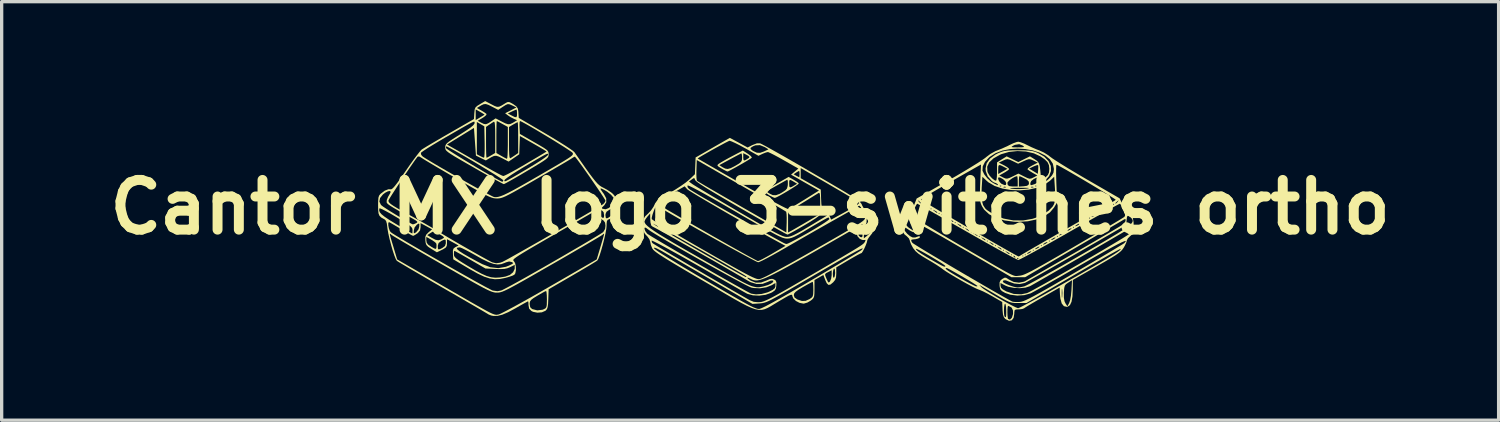
<source format=kicad_pcb>
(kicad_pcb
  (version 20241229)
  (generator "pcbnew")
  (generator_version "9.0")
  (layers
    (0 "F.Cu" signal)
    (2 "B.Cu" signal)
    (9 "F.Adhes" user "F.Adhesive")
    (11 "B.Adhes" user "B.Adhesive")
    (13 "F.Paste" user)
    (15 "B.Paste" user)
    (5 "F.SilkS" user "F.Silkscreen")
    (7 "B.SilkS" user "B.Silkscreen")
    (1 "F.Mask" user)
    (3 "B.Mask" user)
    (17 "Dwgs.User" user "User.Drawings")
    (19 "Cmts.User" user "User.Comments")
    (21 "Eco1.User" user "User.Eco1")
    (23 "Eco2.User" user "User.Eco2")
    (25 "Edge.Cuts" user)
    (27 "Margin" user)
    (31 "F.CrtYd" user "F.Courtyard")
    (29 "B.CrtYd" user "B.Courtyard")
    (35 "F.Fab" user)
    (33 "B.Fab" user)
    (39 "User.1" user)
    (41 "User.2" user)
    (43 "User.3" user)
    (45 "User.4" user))
  (footprint "Cantor MX logo 3-switches ortho"
    (layer "F.Cu")
    (at 19.586 3.201)
    (property "Reference" "Cantor MX logo 3-switches ortho" (at 0 0 180) (layer "F.SilkS") (effects (font (size 1.5 1.5) (thickness 0.3))))
    (attr board_only exclude_from_pos_files exclude_from_bom)
    (fp_poly (pts (xy 1.312 -0.827) (xy 1.4 -0.773) (xy 1.457 -0.729) (xy 1.468 -0.714) (xy 1.442 -0.688) (xy 1.369 -0.636) (xy 1.264 -0.568) (xy 1.141 -0.492) (xy 1.014 -0.417) (xy 0.897 -0.351) (xy 0.804 -0.302) (xy 0.749 -0.28) (xy 0.745 -0.279) (xy 0.697 -0.295) (xy 0.614 -0.337) (xy 0.56 -0.368) (xy 0.48 -0.424) (xy 0.439 -0.469) (xy 0.439 -0.473) (xy 0.486 -0.473) (xy 0.581 -0.412) (xy 0.681 -0.364) (xy 0.777 -0.36) (xy 0.89 -0.401) (xy 0.97 -0.447) (xy 1.064 -0.509) (xy 1.112 -0.565) (xy 1.132 -0.64) (xy 1.137 -0.69) (xy 1.137 -0.71) (xy 1.178 -0.71) (xy 1.182 -0.625) (xy 1.204 -0.595) (xy 1.26 -0.614) (xy 1.319 -0.648) (xy 1.418 -0.706) (xy 1.314 -0.769) (xy 1.231 -0.816) (xy 1.192 -0.821) (xy 1.179 -0.776) (xy 1.178 -0.71) (xy 1.137 -0.71) (xy 1.137 -0.777) (xy 1.126 -0.824) (xy 1.118 -0.827) (xy 1.077 -0.805) (xy 0.99 -0.757) (xy 0.871 -0.691) (xy 0.787 -0.644) (xy 0.486 -0.473) (xy 0.439 -0.473) (xy 0.439 -0.486) (xy 0.479 -0.514) (xy 0.566 -0.568) (xy 0.687 -0.64) (xy 0.814 -0.713) (xy 1.159 -0.912)) (stroke (width 0) (type solid)) (fill yes) (layer "F.SilkS"))
    (fp_poly (pts (xy -0.073 -1.613) (xy 0.006 -1.555) (xy 0.047 -1.508) (xy 0.047 -1.49) (xy 0.003 -1.459) (xy -0.084 -1.405) (xy -0.2 -1.336) (xy -0.329 -1.262) (xy -0.457 -1.19) (xy -0.568 -1.13) (xy -0.649 -1.088) (xy -0.683 -1.075) (xy -0.726 -1.091) (xy -0.807 -1.134) (xy -0.862 -1.166) (xy -0.95 -1.22) (xy -0.987 -1.254) (xy -0.982 -1.268) (xy -0.931 -1.268) (xy -0.838 -1.208) (xy -0.754 -1.164) (xy -0.678 -1.152) (xy -0.59 -1.175) (xy -0.469 -1.236) (xy -0.436 -1.255) (xy -0.331 -1.318) (xy -0.273 -1.367) (xy -0.248 -1.419) (xy -0.243 -1.491) (xy -0.243 -1.5) (xy -0.249 -1.582) (xy -0.264 -1.622) (xy -0.269 -1.623) (xy -0.309 -1.602) (xy -0.396 -1.557) (xy -0.516 -1.493) (xy -0.614 -1.44) (xy -0.931 -1.268) (xy -0.982 -1.268) (xy -0.978 -1.282) (xy -0.94 -1.313) (xy -0.878 -1.352) (xy -0.772 -1.414) (xy -0.638 -1.488) (xy -0.544 -1.538) (xy -0.369 -1.63) (xy -0.208 -1.63) (xy -0.208 -1.507) (xy -0.204 -1.435) (xy -0.185 -1.407) (xy -0.136 -1.423) (xy -0.045 -1.481) (xy -0.038 -1.485) (xy -0.019 -1.514) (xy -0.053 -1.548) (xy -0.099 -1.574) (xy -0.208 -1.63) (xy -0.369 -1.63) (xy -0.222 -1.708)) (stroke (width 0) (type solid)) (fill yes) (layer "F.SilkS"))
    (fp_poly (pts (xy -0.344 -1.946) (xy -0.075 -1.8) (xy 0.067 -1.874) (xy 0.204 -1.926) (xy 0.301 -1.925) (xy 0.349 -1.903) (xy 0.45 -1.85) (xy 0.598 -1.768) (xy 0.788 -1.662) (xy 1.013 -1.535) (xy 1.266 -1.39) (xy 1.542 -1.231) (xy 1.835 -1.061) (xy 1.86 -1.046) (xy 2.195 -0.851) (xy 2.474 -0.688) (xy 2.704 -0.552) (xy 2.889 -0.442) (xy 3.035 -0.352) (xy 3.146 -0.281) (xy 3.229 -0.224) (xy 3.287 -0.179) (xy 3.327 -0.141) (xy 3.353 -0.108) (xy 3.371 -0.076) (xy 3.383 -0.045) (xy 3.458 0.086) (xy 3.554 0.18) (xy 3.663 0.277) (xy 3.722 0.394) (xy 3.742 0.552) (xy 3.742 0.572) (xy 3.729 0.695) (xy 3.678 0.794) (xy 3.638 0.844) (xy 3.576 0.924) (xy 3.539 0.987) (xy 3.535 1.003) (xy 3.521 1.063) (xy 3.488 1.152) (xy 3.444 1.25) (xy 3.4 1.333) (xy 3.367 1.381) (xy 3.358 1.386) (xy 3.319 1.403) (xy 3.232 1.448) (xy 3.112 1.516) (xy 2.969 1.598) (xy 2.964 1.601) (xy 2.599 1.817) (xy 2.599 1.995) (xy 2.592 2.116) (xy 2.563 2.197) (xy 2.508 2.265) (xy 2.423 2.336) (xy 2.361 2.346) (xy 2.31 2.294) (xy 2.268 2.202) (xy 2.209 2.047) (xy 2.075 2.124) (xy 1.941 2.2) (xy 1.941 2.467) (xy 1.939 2.603) (xy 1.931 2.689) (xy 1.909 2.744) (xy 1.868 2.788) (xy 1.825 2.822) (xy 1.726 2.879) (xy 1.627 2.909) (xy 1.608 2.911) (xy 1.491 2.888) (xy 1.381 2.831) (xy 1.302 2.754) (xy 1.276 2.691) (xy 1.269 2.658) (xy 1.265 2.654) (xy 1.317 2.654) (xy 1.339 2.726) (xy 1.416 2.78) (xy 1.429 2.787) (xy 1.563 2.831) (xy 1.673 2.827) (xy 1.788 2.776) (xy 1.793 2.773) (xy 1.854 2.731) (xy 1.888 2.688) (xy 1.902 2.622) (xy 1.906 2.512) (xy 1.906 2.478) (xy 1.903 2.363) (xy 1.896 2.282) (xy 1.887 2.252) (xy 1.851 2.269) (xy 1.769 2.312) (xy 1.656 2.375) (xy 1.592 2.411) (xy 1.457 2.493) (xy 1.373 2.554) (xy 1.33 2.603) (xy 1.317 2.65) (xy 1.317 2.654) (xy 1.265 2.654) (xy 1.254 2.642) (xy 1.219 2.647) (xy 1.157 2.674) (xy 1.056 2.73) (xy 0.909 2.816) (xy 0.85 2.851) (xy 0.724 2.927) (xy 0.617 2.992) (xy 0.524 3.043) (xy 0.438 3.079) (xy 0.353 3.099) (xy 0.262 3.1) (xy 0.161 3.081) (xy 0.042 3.04) (xy -0.1 2.976) (xy -0.272 2.887) (xy -0.48 2.771) (xy -0.73 2.626) (xy -1.028 2.451) (xy -1.381 2.245) (xy -1.386 2.242) (xy -1.733 2.039) (xy -2.024 1.868) (xy -2.264 1.725) (xy -2.46 1.607) (xy -2.614 1.511) (xy -2.733 1.434) (xy -2.821 1.372) (xy -2.883 1.324) (xy -2.924 1.285) (xy -2.949 1.253) (xy -2.954 1.244) (xy -2.96 1.23) (xy -2.905 1.23) (xy -2.904 1.238) (xy -2.872 1.27) (xy -2.781 1.334) (xy -2.635 1.429) (xy -2.436 1.554) (xy -2.187 1.706) (xy -1.889 1.884) (xy -1.547 2.087) (xy -1.368 2.192) (xy -1.022 2.394) (xy -0.731 2.564) (xy -0.489 2.703) (xy -0.291 2.816) (xy -0.132 2.904) (xy -0.007 2.97) (xy 0.089 3.018) (xy 0.161 3.048) (xy 0.214 3.066) (xy 0.254 3.072) (xy 0.277 3.072) (xy 0.342 3.049) (xy 0.466 2.99) (xy 0.648 2.893) (xy 0.888 2.76) (xy 1.186 2.59) (xy 1.542 2.383) (xy 1.854 2.2) (xy 2.145 2.029) (xy 2.155 2.023) (xy 2.261 2.023) (xy 2.267 2.069) (xy 2.302 2.155) (xy 2.308 2.169) (xy 2.345 2.25) (xy 2.37 2.276) (xy 2.399 2.254) (xy 2.412 2.236) (xy 2.444 2.158) (xy 2.46 2.052) (xy 2.46 2.037) (xy 2.46 2.014) (xy 2.495 2.014) (xy 2.502 2.101) (xy 2.522 2.133) (xy 2.53 2.131) (xy 2.552 2.086) (xy 2.564 1.999) (xy 2.564 1.971) (xy 2.557 1.884) (xy 2.537 1.852) (xy 2.53 1.854) (xy 2.508 1.899) (xy 2.496 1.986) (xy 2.495 2.014) (xy 2.46 2.014) (xy 2.46 1.904) (xy 2.356 1.958) (xy 2.289 1.993) (xy 2.261 2.023) (xy 2.155 2.023) (xy 2.418 1.867) (xy 2.668 1.718) (xy 2.889 1.585) (xy 3.074 1.474) (xy 3.218 1.386) (xy 3.315 1.326) (xy 3.358 1.297) (xy 3.359 1.296) (xy 3.394 1.26) (xy 3.397 1.244) (xy 3.367 1.25) (xy 3.299 1.281) (xy 3.19 1.337) (xy 3.037 1.42) (xy 2.838 1.532) (xy 2.589 1.675) (xy 2.286 1.85) (xy 1.938 2.052) (xy 1.608 2.245) (xy 1.331 2.406) (xy 1.102 2.538) (xy 0.916 2.644) (xy 0.767 2.726) (xy 0.649 2.789) (xy 0.556 2.834) (xy 0.482 2.865) (xy 0.422 2.884) (xy 0.37 2.896) (xy 0.32 2.902) (xy 0.286 2.905) (xy 0.07 2.919) (xy -1.048 2.267) (xy -1.32 2.109) (xy -1.59 1.952) (xy -1.847 1.802) (xy -2.082 1.665) (xy -2.285 1.546) (xy -2.446 1.452) (xy -2.541 1.397) (xy -2.705 1.303) (xy -2.816 1.246) (xy -2.881 1.222) (xy -2.905 1.23) (xy -2.96 1.23) (xy -2.995 1.144) (xy -3.014 1.054) (xy -3.015 1.045) (xy -3.027 1.008) (xy -2.975 1.008) (xy -2.964 1.061) (xy -2.941 1.09) (xy -2.904 1.114) (xy -2.815 1.169) (xy -2.68 1.25) (xy -2.506 1.353) (xy -2.301 1.475) (xy -2.071 1.61) (xy -1.824 1.756) (xy -1.567 1.906) (xy -1.307 2.059) (xy -1.05 2.208) (xy -0.805 2.351) (xy -0.579 2.483) (xy -0.377 2.599) (xy -0.208 2.696) (xy -0.079 2.77) (xy -0.016 2.805) (xy 0.108 2.857) (xy 0.241 2.869) (xy 0.295 2.866) (xy 0.341 2.86) (xy 0.395 2.845) (xy 0.462 2.819) (xy 0.549 2.78) (xy 0.66 2.724) (xy 0.801 2.648) (xy 0.977 2.549) (xy 1.195 2.425) (xy 1.459 2.272) (xy 1.775 2.088) (xy 1.906 2.012) (xy 2.245 1.814) (xy 2.529 1.647) (xy 2.764 1.51) (xy 2.954 1.397) (xy 3.104 1.308) (xy 3.219 1.238) (xy 3.305 1.183) (xy 3.366 1.142) (xy 3.407 1.111) (xy 3.433 1.087) (xy 3.45 1.066) (xy 3.462 1.045) (xy 3.468 1.035) (xy 3.484 0.99) (xy 3.454 0.99) (xy 3.448 0.992) (xy 3.383 0.989) (xy 3.309 0.956) (xy 3.295 0.941) (xy 3.431 0.941) (xy 3.526 0.866) (xy 3.605 0.791) (xy 3.663 0.717) (xy 3.663 0.716) (xy 3.701 0.634) (xy 3.705 0.586) (xy 3.679 0.583) (xy 3.651 0.606) (xy 3.577 0.67) (xy 3.512 0.717) (xy 3.446 0.793) (xy 3.431 0.855) (xy 3.431 0.941) (xy 3.295 0.941) (xy 3.235 0.873) (xy 3.224 0.795) (xy 3.257 0.795) (xy 3.276 0.856) (xy 3.319 0.899) (xy 3.364 0.91) (xy 3.39 0.88) (xy 3.389 0.8) (xy 3.383 0.778) (xy 3.34 0.733) (xy 3.289 0.736) (xy 3.258 0.783) (xy 3.257 0.795) (xy 3.224 0.795) (xy 3.22 0.769) (xy 3.253 0.685) (xy 3.353 0.685) (xy 3.367 0.697) (xy 3.4 0.718) (xy 3.427 0.72) (xy 3.465 0.695) (xy 3.533 0.635) (xy 3.551 0.62) (xy 3.644 0.513) (xy 3.669 0.414) (xy 3.626 0.319) (xy 3.595 0.285) (xy 3.517 0.212) (xy 3.517 0.369) (xy 3.51 0.476) (xy 3.478 0.544) (xy 3.419 0.597) (xy 3.358 0.65) (xy 3.353 0.685) (xy 3.253 0.685) (xy 3.263 0.658) (xy 3.335 0.576) (xy 3.394 0.522) (xy 3.401 0.507) (xy 3.361 0.527) (xy 2.864 0.813) (xy 2.422 1.067) (xy 2.033 1.29) (xy 1.694 1.483) (xy 1.399 1.649) (xy 1.145 1.79) (xy 0.93 1.907) (xy 0.748 2.001) (xy 0.597 2.076) (xy 0.472 2.133) (xy 0.37 2.173) (xy 0.287 2.198) (xy 0.22 2.211) (xy 0.164 2.212) (xy 0.116 2.205) (xy 0.073 2.19) (xy 0.03 2.17) (xy 0.021 2.165) (xy -0.062 2.128) (xy -0.091 2.129) (xy -0.063 2.162) (xy 0.011 2.214) (xy 0.167 2.277) (xy 0.33 2.274) (xy 0.492 2.214) (xy 0.592 2.171) (xy 0.664 2.163) (xy 0.717 2.18) (xy 0.771 2.215) (xy 0.792 2.269) (xy 0.79 2.363) (xy 0.778 2.454) (xy 0.744 2.512) (xy 0.673 2.563) (xy 0.627 2.588) (xy 0.464 2.645) (xy 0.275 2.67) (xy 0.085 2.661) (xy -0.077 2.618) (xy -0.105 2.604) (xy -0.16 2.574) (xy -0.268 2.513) (xy -0.422 2.425) (xy -0.617 2.314) (xy -0.845 2.184) (xy -1.1 2.039) (xy -1.374 1.881) (xy -1.594 1.755) (xy -1.874 1.596) (xy -2.136 1.448) (xy -2.373 1.317) (xy -2.579 1.204) (xy -2.748 1.114) (xy -2.875 1.05) (xy -2.952 1.014) (xy -2.975 1.008) (xy -3.027 1.008) (xy -3.04 0.968) (xy -3.103 0.882) (xy -3.119 0.866) (xy -3.176 0.806) (xy -3.207 0.747) (xy -3.22 0.663) (xy -3.22 0.652) (xy -3.188 0.652) (xy -3.165 0.721) (xy -3.108 0.798) (xy -3.105 0.801) (xy -3.063 0.83) (xy -2.968 0.89) (xy -2.826 0.975) (xy -2.646 1.082) (xy -2.433 1.207) (xy -2.196 1.346) (xy -1.94 1.494) (xy -1.674 1.648) (xy -1.404 1.804) (xy -1.138 1.957) (xy -0.882 2.103) (xy -0.644 2.238) (xy -0.43 2.359) (xy -0.248 2.46) (xy -0.105 2.539) (xy -0.007 2.591) (xy 0.035 2.61) (xy 0.176 2.632) (xy 0.347 2.619) (xy 0.52 2.573) (xy 0.58 2.548) (xy 0.687 2.493) (xy 0.743 2.445) (xy 0.762 2.392) (xy 0.762 2.376) (xy 0.762 2.289) (xy 0.65 2.355) (xy 0.488 2.419) (xy 0.296 2.449) (xy 0.103 2.44) (xy 0.034 2.426) (xy -0.025 2.401) (xy -0.137 2.346) (xy -0.294 2.264) (xy -0.489 2.159) (xy -0.713 2.037) (xy -0.961 1.9) (xy -1.224 1.754) (xy -1.495 1.602) (xy -1.766 1.449) (xy -2.031 1.298) (xy -2.281 1.155) (xy -2.51 1.022) (xy -2.71 0.904) (xy -2.873 0.806) (xy -2.992 0.732) (xy -3.058 0.687) (xy -3.136 0.629) (xy -3.175 0.613) (xy -3.187 0.634) (xy -3.188 0.652) (xy -3.22 0.652) (xy -3.223 0.543) (xy -3.221 0.435) (xy -3.188 0.435) (xy -3.179 0.473) (xy -3.15 0.518) (xy -3.095 0.572) (xy -3.011 0.639) (xy -2.893 0.721) (xy -2.737 0.822) (xy -2.538 0.943) (xy -2.293 1.088) (xy -1.996 1.26) (xy -1.643 1.462) (xy -1.577 1.5) (xy -1.23 1.697) (xy -0.939 1.862) (xy -0.696 1.999) (xy -0.497 2.109) (xy -0.337 2.197) (xy -0.209 2.265) (xy -0.108 2.315) (xy -0.029 2.352) (xy 0.033 2.377) (xy 0.085 2.393) (xy 0.121 2.402) (xy 0.199 2.417) (xy 0.264 2.418) (xy 0.349 2.403) (xy 0.409 2.389) (xy 0.534 2.352) (xy 0.631 2.307) (xy 0.69 2.262) (xy 0.698 2.224) (xy 0.687 2.214) (xy 0.628 2.213) (xy 0.541 2.25) (xy 0.534 2.254) (xy 0.373 2.315) (xy 0.193 2.318) (xy 0.01 2.263) (xy -0.066 2.221) (xy -0.147 2.173) (xy -0.274 2.098) (xy -0.441 2.001) (xy -0.64 1.886) (xy -0.864 1.757) (xy -1.106 1.618) (xy -1.36 1.474) (xy -1.617 1.327) (xy -1.87 1.184) (xy -2.113 1.047) (xy -2.337 0.92) (xy -2.537 0.808) (xy -2.705 0.715) (xy -2.833 0.645) (xy -2.914 0.602) (xy -2.941 0.589) (xy -2.983 0.556) (xy -2.999 0.496) (xy -2.934 0.496) (xy -2.908 0.516) (xy -2.829 0.566) (xy -2.704 0.641) (xy -2.54 0.738) (xy -2.344 0.853) (xy -2.124 0.981) (xy -1.886 1.119) (xy -1.639 1.262) (xy -1.387 1.407) (xy -1.14 1.548) (xy -0.904 1.682) (xy -0.687 1.806) (xy -0.494 1.914) (xy -0.335 2.002) (xy -0.215 2.067) (xy -0.142 2.105) (xy -0.123 2.113) (xy -0.11 2.099) (xy -0.123 2.084) (xy -0.164 2.057) (xy -0.257 2.001) (xy -0.394 1.921) (xy -0.569 1.82) (xy -0.773 1.702) (xy -1 1.573) (xy -1.242 1.435) (xy -1.493 1.293) (xy -1.745 1.151) (xy -1.99 1.013) (xy -2.222 0.883) (xy -2.433 0.765) (xy -2.617 0.664) (xy -2.765 0.583) (xy -2.871 0.527) (xy -2.927 0.499) (xy -2.934 0.496) (xy -2.999 0.496) (xy -3.008 0.461) (xy -3.016 0.335) (xy -3.016 0.321) (xy -2.97 0.321) (xy -2.969 0.36) (xy -2.936 0.386) (xy -2.849 0.443) (xy -2.713 0.527) (xy -2.533 0.635) (xy -2.316 0.764) (xy -2.068 0.91) (xy -1.793 1.07) (xy -1.498 1.24) (xy -1.397 1.297) (xy -1.049 1.497) (xy -0.755 1.664) (xy -0.511 1.802) (xy -0.311 1.913) (xy -0.151 2) (xy -0.025 2.066) (xy 0.073 2.114) (xy 0.147 2.145) (xy 0.202 2.164) (xy 0.244 2.172) (xy 0.278 2.172) (xy 0.284 2.171) (xy 0.352 2.148) (xy 0.478 2.09) (xy 0.662 1.996) (xy 0.903 1.866) (xy 1.202 1.702) (xy 1.556 1.503) (xy 1.826 1.35) (xy 2.184 1.145) (xy 2.487 0.972) (xy 2.738 0.827) (xy 2.943 0.708) (xy 3.106 0.61) (xy 3.232 0.533) (xy 3.325 0.472) (xy 3.391 0.426) (xy 3.432 0.39) (xy 3.455 0.363) (xy 3.465 0.34) (xy 3.465 0.332) (xy 3.453 0.276) (xy 3.42 0.182) (xy 3.391 0.108) (xy 3.339 0.001) (xy 3.299 -0.042) (xy 3.278 -0.038) (xy 3.238 -0.012) (xy 3.146 0.042) (xy 3.012 0.119) (xy 2.845 0.214) (xy 2.653 0.322) (xy 2.547 0.382) (xy 2.303 0.519) (xy 2.021 0.679) (xy 1.721 0.851) (xy 1.424 1.021) (xy 1.152 1.178) (xy 1.087 1.216) (xy 0.875 1.338) (xy 0.68 1.447) (xy 0.509 1.539) (xy 0.373 1.609) (xy 0.28 1.651) (xy 0.242 1.663) (xy 0.201 1.647) (xy 0.107 1.6) (xy -0.033 1.526) (xy -0.211 1.43) (xy -0.421 1.316) (xy -0.655 1.188) (xy -0.905 1.049) (xy -1.166 0.903) (xy -1.429 0.756) (xy -1.688 0.61) (xy -1.935 0.47) (xy -2.163 0.339) (xy -2.364 0.223) (xy -2.533 0.124) (xy -2.661 0.047) (xy -2.741 -0.004) (xy -2.742 -0.005) (xy -2.834 -0.069) (xy -2.911 0.121) (xy -2.949 0.232) (xy -2.97 0.321) (xy -3.016 0.321) (xy -3.017 0.191) (xy -3.102 0.288) (xy -3.159 0.365) (xy -3.187 0.427) (xy -3.188 0.435) (xy -3.221 0.435) (xy -3.22 0.419) (xy -3.207 0.341) (xy -3.174 0.283) (xy -3.111 0.222) (xy -3.087 0.201) (xy -2.993 0.101) (xy -2.915 -0.013) (xy -2.895 -0.056) (xy -2.866 -0.116) (xy -2.841 -0.151) (xy -2.805 -0.151) (xy -2.796 -0.119) (xy -2.77 -0.088) (xy -2.729 -0.059) (xy -2.635 -0.001) (xy -2.496 0.082) (xy -2.318 0.186) (xy -2.11 0.307) (xy -1.877 0.442) (xy -1.628 0.586) (xy -1.369 0.734) (xy -1.107 0.884) (xy -0.849 1.03) (xy -0.603 1.169) (xy -0.375 1.297) (xy -0.173 1.41) (xy -0.004 1.503) (xy 0.126 1.573) (xy 0.208 1.616) (xy 0.235 1.628) (xy 0.281 1.611) (xy 0.373 1.566) (xy 0.499 1.498) (xy 0.647 1.414) (xy 0.674 1.398) (xy 1.067 1.167) (xy 0.958 1.11) (xy 0.8 1.024) (xy 0.605 0.918) (xy 0.383 0.794) (xy 0.138 0.656) (xy -0.12 0.51) (xy -0.385 0.358) (xy -0.65 0.206) (xy -0.907 0.057) (xy -1.149 -0.085) (xy -1.37 -0.214) (xy -1.562 -0.328) (xy -1.717 -0.422) (xy -1.829 -0.492) (xy -1.89 -0.533) (xy -1.898 -0.54) (xy -1.958 -0.608) (xy -1.892 -0.608) (xy -1.853 -0.557) (xy -1.809 -0.526) (xy -1.711 -0.466) (xy -1.566 -0.379) (xy -1.38 -0.27) (xy -1.159 -0.142) (xy -0.911 0.000107) (xy -0.641 0.154) (xy -0.45 0.261) (xy -0.11 0.453) (xy 0.175 0.614) (xy 0.41 0.746) (xy 0.599 0.853) (xy 0.748 0.936) (xy 0.863 1) (xy 0.947 1.046) (xy 1.006 1.077) (xy 1.045 1.096) (xy 1.07 1.106) (xy 1.084 1.11) (xy 1.094 1.11) (xy 1.105 1.109) (xy 1.108 1.109) (xy 1.153 1.092) (xy 1.247 1.046) (xy 1.382 0.975) (xy 1.547 0.885) (xy 1.733 0.781) (xy 1.775 0.757) (xy 1.961 0.648) (xy 2.124 0.549) (xy 2.256 0.464) (xy 2.347 0.4) (xy 2.389 0.363) (xy 2.391 0.358) (xy 2.372 0.316) (xy 2.358 0.312) (xy 2.319 0.329) (xy 2.232 0.376) (xy 2.105 0.448) (xy 1.949 0.539) (xy 1.796 0.63) (xy 1.6 0.747) (xy 1.452 0.832) (xy 1.34 0.89) (xy 1.255 0.925) (xy 1.186 0.943) (xy 1.122 0.949) (xy 1.11 0.949) (xy 1.069 0.946) (xy 1.022 0.936) (xy 0.963 0.917) (xy 0.887 0.884) (xy 0.788 0.836) (xy 0.662 0.768) (xy 0.501 0.679) (xy 0.301 0.566) (xy 0.055 0.424) (xy -0.241 0.253) (xy -0.45 0.13) (xy -0.795 -0.069) (xy -1.098 -0.242) (xy -1.355 -0.387) (xy -1.566 -0.503) (xy -1.726 -0.587) (xy -1.832 -0.639) (xy -1.884 -0.656) (xy -1.887 -0.655) (xy -1.892 -0.608) (xy -1.958 -0.608) (xy -1.976 -0.629) (xy -2.383 -0.397) (xy -2.533 -0.31) (xy -2.661 -0.236) (xy -2.754 -0.182) (xy -2.801 -0.153) (xy -2.805 -0.151) (xy -2.841 -0.151) (xy -2.828 -0.169) (xy -2.768 -0.222) (xy -2.676 -0.284) (xy -2.54 -0.365) (xy -2.425 -0.431) (xy -2.254 -0.533) (xy -2.087 -0.641) (xy -1.945 -0.742) (xy -1.909 -0.772) (xy -1.847 -0.772) (xy -1.746 -0.698) (xy -1.696 -0.665) (xy -1.592 -0.601) (xy -1.442 -0.511) (xy -1.252 -0.397) (xy -1.029 -0.265) (xy -0.779 -0.118) (xy -0.511 0.04) (xy -0.347 0.136) (xy -0.026 0.323) (xy 0.241 0.477) (xy 0.46 0.602) (xy 0.636 0.7) (xy 0.775 0.775) (xy 0.883 0.829) (xy 0.965 0.865) (xy 1.028 0.887) (xy 1.076 0.897) (xy 1.098 0.898) (xy 1.16 0.895) (xy 1.228 0.878) (xy 1.312 0.843) (xy 1.424 0.786) (xy 1.574 0.702) (xy 1.771 0.585) (xy 1.774 0.584) (xy 1.946 0.481) (xy 2.096 0.39) (xy 2.215 0.318) (xy 2.293 0.27) (xy 2.32 0.253) (xy 2.32 0.216) (xy 2.285 0.163) (xy 2.233 0.12) (xy 2.208 0.111) (xy 2.159 0.13) (xy 2.142 0.178) (xy 2.122 0.218) (xy 2.066 0.271) (xy 1.969 0.342) (xy 1.822 0.436) (xy 1.646 0.542) (xy 1.48 0.638) (xy 1.335 0.721) (xy 1.22 0.784) (xy 1.147 0.821) (xy 1.126 0.828) (xy 1.09 0.811) (xy 1.003 0.765) (xy 1.144 0.765) (xy 1.221 0.724) (xy 1.28 0.692) (xy 1.384 0.632) (xy 1.52 0.553) (xy 1.675 0.463) (xy 1.707 0.444) (xy 2.114 0.205) (xy 2.114 -0.125) (xy 2.112 -0.283) (xy 2.105 -0.38) (xy 2.091 -0.426) (xy 2.07 -0.43) (xy 2.027 -0.404) (xy 1.936 -0.348) (xy 1.81 -0.27) (xy 1.659 -0.176) (xy 1.585 -0.131) (xy 1.144 0.144) (xy 1.144 0.455) (xy 1.144 0.765) (xy 1.003 0.765) (xy 1 0.763) (xy 0.862 0.687) (xy 0.683 0.587) (xy 0.468 0.466) (xy 0.224 0.327) (xy -0.043 0.174) (xy -0.276 0.04) (xy -0.624 -0.161) (xy -0.914 -0.331) (xy -1.151 -0.472) (xy -1.339 -0.586) (xy -1.48 -0.676) (xy -1.578 -0.743) (xy -1.638 -0.791) (xy -1.662 -0.821) (xy -1.662 -0.823) (xy -1.679 -0.872) (xy -1.707 -0.874) (xy -1.764 -0.835) (xy -1.847 -0.772) (xy -1.909 -0.772) (xy -1.844 -0.825) (xy -1.839 -0.829) (xy -1.678 -0.983) (xy -1.623 -0.983) (xy -1.619 -0.871) (xy -1.609 -0.804) (xy -1.604 -0.794) (xy -1.569 -0.772) (xy -1.48 -0.719) (xy -1.344 -0.638) (xy -1.166 -0.535) (xy -0.952 -0.411) (xy -0.71 -0.271) (xy -0.444 -0.118) (xy -0.243 -0.002) (xy 1.092 0.763) (xy 1.102 0.463) (xy 1.103 0.324) (xy 1.099 0.213) (xy 1.089 0.146) (xy 1.084 0.136) (xy 1.049 0.113) (xy 0.961 0.06) (xy 0.824 -0.02) (xy 0.646 -0.124) (xy 0.432 -0.247) (xy 0.19 -0.388) (xy -0.075 -0.54) (xy -0.277 -0.656) (xy -1.611 -1.422) (xy -1.621 -1.121) (xy -1.623 -0.983) (xy -1.678 -0.983) (xy -1.667 -0.994) (xy -1.656 -1.246) (xy -1.647 -1.468) (xy -1.583 -1.468) (xy -1.553 -1.45) (xy -1.468 -1.401) (xy -1.336 -1.324) (xy -1.162 -1.224) (xy -0.952 -1.103) (xy -0.712 -0.965) (xy -0.448 -0.813) (xy -0.243 -0.695) (xy 0.051 -0.527) (xy 0.321 -0.375) (xy 0.564 -0.241) (xy 0.772 -0.128) (xy 0.94 -0.039) (xy 1.063 0.023) (xy 1.135 0.054) (xy 1.15 0.057) (xy 1.2 0.034) (xy 1.295 -0.019) (xy 1.425 -0.096) (xy 1.577 -0.189) (xy 1.643 -0.229) (xy 2.076 -0.501) (xy 1.896 -0.603) (xy 1.772 -0.673) (xy 1.621 -0.759) (xy 1.475 -0.843) (xy 1.475 -0.843) (xy 1.234 -0.981) (xy 1.248 -0.993) (xy 1.311 -0.993) (xy 1.392 -0.948) (xy 1.455 -0.915) (xy 1.481 -0.902) (xy 1.487 -0.931) (xy 1.49 -1.004) (xy 1.49 -1.006) (xy 1.487 -1.077) (xy 1.465 -1.09) (xy 1.404 -1.054) (xy 1.401 -1.052) (xy 1.311 -0.993) (xy 1.248 -0.993) (xy 1.344 -1.073) (xy 1.454 -1.165) (xy 1.427 -1.18) (xy 1.525 -1.18) (xy 1.525 -1.027) (xy 1.525 -0.874) (xy 1.828 -0.702) (xy 2.131 -0.53) (xy 2.141 -0.246) (xy 2.148 -0.105) (xy 2.158 -0.018) (xy 2.177 0.031) (xy 2.209 0.058) (xy 2.239 0.071) (xy 2.319 0.132) (xy 2.385 0.24) (xy 2.385 0.241) (xy 2.443 0.377) (xy 2.738 0.217) (xy 2.883 0.137) (xy 3.021 0.059) (xy 3.13 -0.004) (xy 3.162 -0.024) (xy 3.241 -0.078) (xy 3.286 -0.12) (xy 3.291 -0.13) (xy 3.274 -0.147) (xy 3.221 -0.183) (xy 3.13 -0.241) (xy 2.996 -0.322) (xy 2.817 -0.429) (xy 2.589 -0.562) (xy 2.31 -0.725) (xy 1.976 -0.919) (xy 1.691 -1.084) (xy 1.525 -1.18) (xy 1.427 -1.18) (xy 1.018 -1.414) (xy 0.859 -1.503) (xy 0.719 -1.578) (xy 0.611 -1.632) (xy 0.545 -1.661) (xy 0.534 -1.663) (xy 0.474 -1.649) (xy 0.385 -1.614) (xy 0.369 -1.607) (xy 0.25 -1.55) (xy -0.115 -1.757) (xy 0.01 -1.757) (xy 0.064 -1.712) (xy 0.095 -1.692) (xy 0.202 -1.643) (xy 0.3 -1.639) (xy 0.419 -1.681) (xy 0.431 -1.687) (xy 0.553 -1.745) (xy 0.442 -1.812) (xy 0.295 -1.872) (xy 0.157 -1.865) (xy 0.084 -1.835) (xy 0.017 -1.792) (xy 0.01 -1.757) (xy -0.115 -1.757) (xy -0.159 -1.781) (xy -0.314 -1.866) (xy -0.451 -1.935) (xy -0.556 -1.982) (xy -0.617 -2.003) (xy -0.624 -2.003) (xy -0.667 -1.984) (xy -0.755 -1.94) (xy -0.874 -1.876) (xy -1.014 -1.8) (xy -1.16 -1.719) (xy -1.302 -1.638) (xy -1.427 -1.567) (xy -1.523 -1.51) (xy -1.576 -1.475) (xy -1.583 -1.468) (xy -1.647 -1.468) (xy -1.646 -1.499) (xy -1.13 -1.795) (xy -0.613 -2.091)) (stroke (width 0) (type solid)) (fill yes) (layer "F.SilkS"))
    (fp_poly (pts (xy -7.804 -3.101) (xy -7.707 -3.051) (xy -7.638 -3.027) (xy -7.576 -3.031) (xy -7.501 -3.066) (xy -7.391 -3.133) (xy -7.361 -3.152) (xy -7.309 -3.174) (xy -7.254 -3.166) (xy -7.172 -3.122) (xy -7.147 -3.107) (xy -7.058 -3.044) (xy -7.014 -2.984) (xy -6.996 -2.898) (xy -6.993 -2.855) (xy -6.982 -2.694) (xy -6.172 -2.219) (xy -5.954 -2.089) (xy -5.754 -1.967) (xy -5.581 -1.858) (xy -5.442 -1.766) (xy -5.346 -1.698) (xy -5.303 -1.66) (xy -5.118 -1.395) (xy -4.968 -1.181) (xy -4.847 -1.011) (xy -4.749 -0.881) (xy -4.671 -0.783) (xy -4.607 -0.712) (xy -4.551 -0.661) (xy -4.5 -0.624) (xy -4.448 -0.595) (xy -4.428 -0.586) (xy -4.307 -0.52) (xy -4.197 -0.447) (xy -4.153 -0.411) (xy -4.102 -0.357) (xy -4.072 -0.302) (xy -4.058 -0.225) (xy -4.054 -0.105) (xy -4.054 -0.063) (xy -4.064 0.118) (xy -4.096 0.241) (xy -4.154 0.319) (xy -4.244 0.361) (xy -4.244 0.361) (xy -4.295 0.38) (xy -4.322 0.419) (xy -4.331 0.495) (xy -4.332 0.564) (xy -4.341 0.659) (xy -4.366 0.796) (xy -4.402 0.958) (xy -4.446 1.131) (xy -4.493 1.298) (xy -4.539 1.444) (xy -4.579 1.553) (xy -4.611 1.61) (xy -4.65 1.637) (xy -4.74 1.693) (xy -4.873 1.773) (xy -5.039 1.872) (xy -5.231 1.984) (xy -5.364 2.062) (xy -6.081 2.478) (xy -6.091 2.772) (xy -6.098 2.92) (xy -6.111 3.016) (xy -6.132 3.076) (xy -6.166 3.117) (xy -6.178 3.127) (xy -6.286 3.174) (xy -6.421 3.184) (xy -6.551 3.158) (xy -6.602 3.132) (xy -6.669 3.063) (xy -6.688 2.96) (xy -6.688 2.959) (xy -6.689 2.924) (xy -6.653 2.924) (xy -6.637 3.02) (xy -6.58 3.074) (xy -6.575 3.076) (xy -6.425 3.114) (xy -6.267 3.096) (xy -6.222 3.078) (xy -6.176 3.053) (xy -6.15 3.016) (xy -6.137 2.951) (xy -6.134 2.841) (xy -6.133 2.784) (xy -6.136 2.661) (xy -6.144 2.571) (xy -6.156 2.53) (xy -6.157 2.53) (xy -6.197 2.546) (xy -6.279 2.59) (xy -6.388 2.653) (xy -6.417 2.67) (xy -6.536 2.743) (xy -6.607 2.797) (xy -6.642 2.844) (xy -6.653 2.899) (xy -6.653 2.924) (xy -6.689 2.924) (xy -6.691 2.88) (xy -6.7 2.842) (xy -6.702 2.841) (xy -6.735 2.858) (xy -6.817 2.902) (xy -6.935 2.968) (xy -7.076 3.048) (xy -7.086 3.054) (xy -7.302 3.17) (xy -7.477 3.244) (xy -7.622 3.281) (xy -7.748 3.282) (xy -7.814 3.269) (xy -7.888 3.24) (xy -7.918 3.222) (xy -7.954 3.2) (xy -8.045 3.146) (xy -8.183 3.065) (xy -8.362 2.961) (xy -8.576 2.837) (xy -8.819 2.696) (xy -9.085 2.543) (xy -9.287 2.426) (xy -9.565 2.266) (xy -9.826 2.114) (xy -10.063 1.976) (xy -10.269 1.856) (xy -10.438 1.755) (xy -10.565 1.68) (xy -10.642 1.632) (xy -10.663 1.617) (xy -10.696 1.56) (xy -10.739 1.451) (xy -10.787 1.305) (xy -10.835 1.138) (xy -10.88 0.965) (xy -10.914 0.815) (xy -10.873 0.815) (xy -10.864 0.861) (xy -10.839 0.95) (xy -10.797 1.092) (xy -10.766 1.195) (xy -10.652 1.577) (xy -9.32 2.347) (xy -8.971 2.549) (xy -8.678 2.718) (xy -8.434 2.859) (xy -8.235 2.972) (xy -8.075 3.062) (xy -7.949 3.131) (xy -7.853 3.181) (xy -7.78 3.215) (xy -7.726 3.235) (xy -7.685 3.245) (xy -7.653 3.248) (xy -7.624 3.244) (xy -7.593 3.239) (xy -7.59 3.238) (xy -7.537 3.217) (xy -7.43 3.164) (xy -7.276 3.083) (xy -7.081 2.978) (xy -6.853 2.852) (xy -6.597 2.709) (xy -6.321 2.552) (xy -6.05 2.397) (xy -4.63 1.577) (xy -4.516 1.195) (xy -4.464 1.022) (xy -4.43 0.905) (xy -4.412 0.836) (xy -4.409 0.805) (xy -4.42 0.804) (xy -4.444 0.822) (xy -4.461 0.838) (xy -4.503 0.865) (xy -4.598 0.923) (xy -4.742 1.008) (xy -4.927 1.117) (xy -5.149 1.246) (xy -5.4 1.392) (xy -5.674 1.551) (xy -5.967 1.719) (xy -5.993 1.734) (xy -6.33 1.927) (xy -6.612 2.089) (xy -6.845 2.221) (xy -7.035 2.327) (xy -7.188 2.41) (xy -7.308 2.473) (xy -7.402 2.518) (xy -7.474 2.548) (xy -7.531 2.566) (xy -7.579 2.576) (xy -7.622 2.579) (xy -7.641 2.579) (xy -7.684 2.578) (xy -7.729 2.571) (xy -7.781 2.557) (xy -7.846 2.532) (xy -7.93 2.494) (xy -8.038 2.44) (xy -8.176 2.366) (xy -8.349 2.27) (xy -8.562 2.15) (xy -8.823 2.001) (xy -9.135 1.822) (xy -9.288 1.734) (xy -9.582 1.565) (xy -9.859 1.405) (xy -10.112 1.258) (xy -10.336 1.128) (xy -10.525 1.017) (xy -10.672 0.929) (xy -10.772 0.869) (xy -10.819 0.839) (xy -10.82 0.838) (xy -10.85 0.812) (xy -10.868 0.802) (xy -10.873 0.815) (xy -10.914 0.815) (xy -10.917 0.803) (xy -10.941 0.667) (xy -10.946 0.625) (xy -10.963 0.496) (xy -10.968 0.479) (xy -10.919 0.479) (xy -10.919 0.548) (xy -10.903 0.634) (xy -10.875 0.712) (xy -10.848 0.752) (xy -10.8 0.787) (xy -10.698 0.851) (xy -10.55 0.94) (xy -10.364 1.051) (xy -10.147 1.178) (xy -9.905 1.319) (xy -9.647 1.468) (xy -9.38 1.621) (xy -9.111 1.775) (xy -8.847 1.925) (xy -8.595 2.067) (xy -8.364 2.197) (xy -8.16 2.31) (xy -7.991 2.403) (xy -7.863 2.47) (xy -7.785 2.509) (xy -7.768 2.516) (xy -7.626 2.536) (xy -7.514 2.516) (xy -7.459 2.491) (xy -7.351 2.435) (xy -7.195 2.352) (xy -6.999 2.244) (xy -6.769 2.116) (xy -6.512 1.97) (xy -6.233 1.812) (xy -5.944 1.646) (xy -5.653 1.478) (xy -5.379 1.318) (xy -5.127 1.172) (xy -4.905 1.041) (xy -4.719 0.93) (xy -4.574 0.843) (xy -4.477 0.782) (xy -4.433 0.752) (xy -4.433 0.752) (xy -4.378 0.657) (xy -4.366 0.562) (xy -4.378 0.466) (xy -4.423 0.405) (xy -4.468 0.375) (xy -4.545 0.311) (xy -4.578 0.218) (xy -4.58 0.193) (xy -4.583 0.161) (xy -4.534 0.161) (xy -4.519 0.261) (xy -4.482 0.303) (xy -4.435 0.329) (xy -4.414 0.304) (xy -4.407 0.255) (xy -4.408 0.243) (xy -4.366 0.243) (xy -4.357 0.319) (xy -4.326 0.341) (xy -4.262 0.309) (xy -4.196 0.257) (xy -4.116 0.167) (xy -4.09 0.069) (xy -4.089 0.058) (xy -4.096 -0.006) (xy -4.113 -0.017) (xy -4.115 -0.013) (xy -4.162 0.027) (xy -4.241 0.076) (xy -4.254 0.083) (xy -4.334 0.138) (xy -4.364 0.207) (xy -4.366 0.243) (xy -4.408 0.243) (xy -4.421 0.155) (xy -4.458 0.112) (xy -4.505 0.087) (xy -4.526 0.112) (xy -4.534 0.161) (xy -4.583 0.161) (xy -4.591 0.068) (xy -5.897 0.82) (xy -6.212 1.002) (xy -6.472 1.153) (xy -6.681 1.275) (xy -6.844 1.373) (xy -6.967 1.449) (xy -7.054 1.507) (xy -7.11 1.549) (xy -7.141 1.579) (xy -7.15 1.6) (xy -7.142 1.615) (xy -7.136 1.62) (xy -7.094 1.685) (xy -7.071 1.788) (xy -7.068 1.901) (xy -7.087 1.997) (xy -7.115 2.039) (xy -7.171 2.067) (xy -7.272 2.103) (xy -7.382 2.134) (xy -7.549 2.167) (xy -7.703 2.175) (xy -7.858 2.152) (xy -8.027 2.097) (xy -8.221 2.005) (xy -8.455 1.874) (xy -8.503 1.845) (xy -8.958 1.574) (xy -8.968 1.418) (xy -8.94 1.418) (xy -8.936 1.461) (xy -8.916 1.501) (xy -8.872 1.546) (xy -8.795 1.602) (xy -8.675 1.679) (xy -8.513 1.778) (xy -8.285 1.912) (xy -8.102 2.01) (xy -7.95 2.077) (xy -7.817 2.115) (xy -7.689 2.129) (xy -7.553 2.122) (xy -7.397 2.097) (xy -7.383 2.094) (xy -7.251 2.046) (xy -7.154 1.965) (xy -7.106 1.866) (xy -7.104 1.838) (xy -7.104 1.741) (xy -7.242 1.81) (xy -7.326 1.844) (xy -7.417 1.863) (xy -7.536 1.869) (xy -7.684 1.865) (xy -7.987 1.851) (xy -8.449 1.584) (xy -8.609 1.492) (xy -8.747 1.414) (xy -8.853 1.355) (xy -8.914 1.322) (xy -8.926 1.317) (xy -8.936 1.347) (xy -8.94 1.418) (xy -8.968 1.418) (xy -8.968 1.413) (xy -8.97 1.31) (xy -8.952 1.252) (xy -8.939 1.241) (xy -8.853 1.241) (xy -8.833 1.278) (xy -8.765 1.333) (xy -8.646 1.41) (xy -8.473 1.51) (xy -8.242 1.636) (xy -8.08 1.721) (xy -7.84 1.813) (xy -7.601 1.84) (xy -7.369 1.799) (xy -7.277 1.763) (xy -7.187 1.719) (xy -7.153 1.692) (xy -7.166 1.671) (xy -7.198 1.655) (xy -7.273 1.639) (xy -7.365 1.664) (xy -7.402 1.68) (xy -7.511 1.72) (xy -7.624 1.73) (xy -7.751 1.71) (xy -7.902 1.655) (xy -8.09 1.564) (xy -8.276 1.459) (xy -8.434 1.371) (xy -8.575 1.296) (xy -8.684 1.242) (xy -8.751 1.215) (xy -8.762 1.213) (xy -8.828 1.22) (xy -8.853 1.241) (xy -8.939 1.241) (xy -8.906 1.214) (xy -8.888 1.204) (xy -8.798 1.157) (xy -8.973 1.061) (xy -9.148 0.966) (xy -9.148 1.09) (xy -9.155 1.168) (xy -9.186 1.22) (xy -9.258 1.267) (xy -9.3 1.288) (xy -9.453 1.362) (xy -9.621 1.259) (xy -9.718 1.195) (xy -9.77 1.14) (xy -9.793 1.073) (xy -9.8 1.002) (xy -9.801 0.899) (xy -9.8 0.897) (xy -9.772 0.897) (xy -9.772 1.001) (xy -9.76 1.073) (xy -9.716 1.131) (xy -9.625 1.193) (xy -9.537 1.244) (xy -9.492 1.26) (xy -9.473 1.244) (xy -9.466 1.21) (xy -9.465 1.179) (xy -9.425 1.179) (xy -9.422 1.252) (xy -9.4 1.277) (xy -9.343 1.259) (xy -9.285 1.229) (xy -9.209 1.172) (xy -9.183 1.092) (xy -9.183 1.073) (xy -9.186 1) (xy -9.208 0.976) (xy -9.265 0.994) (xy -9.323 1.023) (xy -9.4 1.081) (xy -9.425 1.16) (xy -9.425 1.179) (xy -9.465 1.179) (xy -9.464 1.132) (xy -9.47 1.098) (xy -9.508 1.057) (xy -9.585 1.003) (xy -9.629 0.977) (xy -9.772 0.897) (xy -9.8 0.897) (xy -9.781 0.844) (xy -9.743 0.844) (xy -9.61 0.924) (xy -9.498 0.983) (xy -9.412 1) (xy -9.328 0.976) (xy -9.292 0.957) (xy -9.247 0.929) (xy -9.24 0.905) (xy -9.28 0.872) (xy -9.367 0.82) (xy -9.467 0.762) (xy -9.529 0.736) (xy -9.574 0.739) (xy -9.626 0.767) (xy -9.655 0.786) (xy -9.743 0.844) (xy -9.781 0.844) (xy -9.776 0.831) (xy -9.711 0.765) (xy -9.705 0.759) (xy -9.598 0.67) (xy -9.771 0.575) (xy -9.945 0.481) (xy -9.945 0.602) (xy -9.962 0.704) (xy -10.024 0.778) (xy -10.046 0.795) (xy -10.119 0.842) (xy -10.167 0.866) (xy -10.171 0.866) (xy -10.209 0.849) (xy -10.293 0.803) (xy -10.411 0.735) (xy -10.54 0.658) (xy -10.677 0.577) (xy -10.79 0.51) (xy -10.869 0.466) (xy -10.9 0.45) (xy -10.919 0.479) (xy -10.968 0.479) (xy -10.986 0.418) (xy -11.022 0.375) (xy -11.042 0.363) (xy -11.13 0.314) (xy -11.184 0.262) (xy -11.214 0.189) (xy -11.224 0.094) (xy -11.196 0.094) (xy -11.177 0.151) (xy -11.124 0.214) (xy -11.03 0.29) (xy -10.888 0.385) (xy -10.691 0.506) (xy -10.683 0.511) (xy -10.521 0.607) (xy -10.382 0.69) (xy -10.275 0.753) (xy -10.21 0.789) (xy -10.196 0.797) (xy -10.191 0.77) (xy -10.152 0.77) (xy -10.136 0.789) (xy -10.087 0.762) (xy -10.078 0.756) (xy -10.007 0.669) (xy -9.986 0.588) (xy -9.981 0.512) (xy -9.997 0.493) (xy -10.046 0.521) (xy -10.055 0.526) (xy -10.126 0.613) (xy -10.147 0.694) (xy -10.152 0.77) (xy -10.191 0.77) (xy -10.19 0.767) (xy -10.188 0.695) (xy -10.192 0.655) (xy -10.21 0.617) (xy -10.25 0.575) (xy -10.32 0.521) (xy -10.43 0.45) (xy -10.587 0.354) (xy -10.682 0.297) (xy -10.846 0.2) (xy -10.988 0.122) (xy -11.099 0.065) (xy -11.169 0.037) (xy -11.187 0.036) (xy -11.196 0.094) (xy -11.224 0.094) (xy -11.225 0.078) (xy -11.227 -0.05) (xy -11.226 -0.168) (xy -11.189 -0.168) (xy -11.143 -0.072) (xy -11.122 -0.051) (xy -11.069 -0.011) (xy -10.973 0.052) (xy -10.847 0.132) (xy -10.704 0.22) (xy -10.556 0.309) (xy -10.417 0.391) (xy -10.299 0.459) (xy -10.214 0.504) (xy -10.177 0.52) (xy -10.127 0.505) (xy -10.077 0.482) (xy -10.045 0.459) (xy -10.047 0.435) (xy -10.092 0.399) (xy -10.186 0.344) (xy -10.227 0.322) (xy -10.46 0.192) (xy -10.639 0.091) (xy -10.771 0.014) (xy -10.864 -0.044) (xy -10.923 -0.087) (xy -10.956 -0.12) (xy -10.969 -0.145) (xy -10.966 -0.197) (xy -10.915 -0.197) (xy -10.909 -0.166) (xy -10.886 -0.131) (xy -10.838 -0.09) (xy -10.759 -0.036) (xy -10.641 0.035) (xy -10.477 0.128) (xy -10.261 0.247) (xy -10.213 0.273) (xy -10.01 0.386) (xy -9.808 0.499) (xy -9.624 0.605) (xy -9.473 0.694) (xy -9.384 0.749) (xy -9.282 0.813) (xy -9.139 0.898) (xy -8.966 1) (xy -8.774 1.112) (xy -8.573 1.227) (xy -8.374 1.341) (xy -8.187 1.446) (xy -8.023 1.537) (xy -7.893 1.608) (xy -7.807 1.653) (xy -7.784 1.664) (xy -7.666 1.693) (xy -7.547 1.677) (xy -7.471 1.65) (xy -7.417 1.622) (xy -7.31 1.565) (xy -7.16 1.481) (xy -6.972 1.375) (xy -6.754 1.252) (xy -6.513 1.115) (xy -6.256 0.969) (xy -5.992 0.817) (xy -5.726 0.665) (xy -5.466 0.515) (xy -5.22 0.372) (xy -4.994 0.241) (xy -4.796 0.125) (xy -4.633 0.029) (xy -4.512 -0.043) (xy -4.441 -0.088) (xy -4.427 -0.098) (xy -4.378 -0.157) (xy -4.366 -0.195) (xy -4.385 -0.233) (xy -4.437 -0.316) (xy -4.516 -0.436) (xy -4.601 -0.563) (xy -4.518 -0.563) (xy -4.505 -0.526) (xy -4.449 -0.445) (xy -4.412 -0.395) (xy -4.344 -0.266) (xy -4.341 -0.151) (xy -4.403 -0.054) (xy -4.419 -0.04) (xy -4.473 0.015) (xy -4.465 0.045) (xy -4.462 0.046) (xy -4.365 0.064) (xy -4.271 0.029) (xy -4.197 -0.031) (xy -4.129 -0.11) (xy -4.092 -0.183) (xy -4.089 -0.2) (xy -4.118 -0.28) (xy -4.197 -0.373) (xy -4.311 -0.465) (xy -4.413 -0.526) (xy -4.487 -0.561) (xy -4.518 -0.563) (xy -4.601 -0.563) (xy -4.614 -0.582) (xy -4.725 -0.744) (xy -4.842 -0.913) (xy -4.959 -1.079) (xy -5.067 -1.232) (xy -5.162 -1.362) (xy -5.235 -1.46) (xy -5.281 -1.516) (xy -5.292 -1.525) (xy -5.329 -1.507) (xy -5.396 -1.464) (xy -5.4 -1.461) (xy -5.452 -1.429) (xy -5.556 -1.367) (xy -5.704 -1.28) (xy -5.889 -1.172) (xy -6.102 -1.048) (xy -6.335 -0.913) (xy -6.478 -0.83) (xy -6.749 -0.674) (xy -6.968 -0.55) (xy -7.141 -0.453) (xy -7.276 -0.381) (xy -7.38 -0.329) (xy -7.46 -0.295) (xy -7.523 -0.275) (xy -7.577 -0.265) (xy -7.629 -0.262) (xy -7.641 -0.262) (xy -7.693 -0.264) (xy -7.745 -0.272) (xy -7.806 -0.29) (xy -7.882 -0.32) (xy -7.98 -0.367) (xy -8.107 -0.435) (xy -8.271 -0.526) (xy -8.48 -0.644) (xy -8.739 -0.792) (xy -8.804 -0.83) (xy -9.046 -0.97) (xy -9.274 -1.103) (xy -9.479 -1.223) (xy -9.652 -1.326) (xy -9.787 -1.407) (xy -9.873 -1.46) (xy -9.898 -1.477) (xy -9.977 -1.526) (xy -10.024 -1.529) (xy -10.041 -1.515) (xy -10.102 -1.433) (xy -10.186 -1.313) (xy -10.288 -1.166) (xy -10.399 -1.001) (xy -10.515 -0.829) (xy -10.627 -0.659) (xy -10.729 -0.502) (xy -10.816 -0.367) (xy -10.879 -0.266) (xy -10.912 -0.207) (xy -10.915 -0.197) (xy -10.966 -0.197) (xy -10.965 -0.216) (xy -10.927 -0.309) (xy -10.918 -0.325) (xy -10.872 -0.404) (xy -10.847 -0.457) (xy -10.846 -0.463) (xy -10.871 -0.488) (xy -10.932 -0.477) (xy -11.012 -0.436) (xy -11.081 -0.383) (xy -11.168 -0.274) (xy -11.189 -0.168) (xy -11.226 -0.168) (xy -11.225 -0.195) (xy -11.216 -0.289) (xy -11.196 -0.35) (xy -11.161 -0.394) (xy -11.149 -0.405) (xy -11.024 -0.499) (xy -10.913 -0.541) (xy -10.85 -0.538) (xy -10.821 -0.542) (xy -10.78 -0.573) (xy -10.721 -0.638) (xy -10.64 -0.743) (xy -10.532 -0.894) (xy -10.392 -1.096) (xy -10.267 -1.277) (xy -10.149 -1.441) (xy -10.046 -1.578) (xy -10 -1.636) (xy -9.936 -1.636) (xy -9.926 -1.578) (xy -9.88 -1.527) (xy -9.814 -1.484) (xy -9.701 -1.414) (xy -9.548 -1.322) (xy -9.364 -1.214) (xy -9.158 -1.095) (xy -8.938 -0.969) (xy -8.713 -0.841) (xy -8.492 -0.716) (xy -8.284 -0.6) (xy -8.096 -0.496) (xy -7.937 -0.41) (xy -7.817 -0.347) (xy -7.743 -0.311) (xy -7.727 -0.305) (xy -7.671 -0.301) (xy -7.607 -0.309) (xy -7.529 -0.331) (xy -7.43 -0.37) (xy -7.303 -0.431) (xy -7.143 -0.515) (xy -6.942 -0.626) (xy -6.694 -0.767) (xy -6.435 -0.916) (xy -6.148 -1.082) (xy -5.916 -1.217) (xy -5.732 -1.325) (xy -5.592 -1.409) (xy -5.489 -1.474) (xy -5.419 -1.522) (xy -5.376 -1.558) (xy -5.354 -1.585) (xy -5.348 -1.607) (xy -5.352 -1.628) (xy -5.355 -1.637) (xy -5.388 -1.666) (xy -5.472 -1.723) (xy -5.595 -1.804) (xy -5.75 -1.901) (xy -5.926 -2.011) (xy -6.114 -2.125) (xy -6.304 -2.239) (xy -6.485 -2.347) (xy -6.65 -2.443) (xy -6.787 -2.52) (xy -6.887 -2.574) (xy -6.94 -2.598) (xy -6.945 -2.599) (xy -6.956 -2.568) (xy -6.96 -2.487) (xy -6.958 -2.404) (xy -6.948 -2.209) (xy -6.515 -1.96) (xy -6.345 -1.862) (xy -6.227 -1.791) (xy -6.15 -1.738) (xy -6.107 -1.696) (xy -6.087 -1.657) (xy -6.082 -1.613) (xy -6.081 -1.595) (xy -6.083 -1.556) (xy -6.093 -1.521) (xy -6.119 -1.485) (xy -6.168 -1.442) (xy -6.248 -1.386) (xy -6.365 -1.312) (xy -6.527 -1.214) (xy -6.74 -1.087) (xy -6.933 -0.973) (xy -7.107 -0.872) (xy -7.253 -0.79) (xy -7.361 -0.73) (xy -7.423 -0.699) (xy -7.433 -0.695) (xy -7.471 -0.712) (xy -7.561 -0.759) (xy -7.695 -0.832) (xy -7.865 -0.926) (xy -8.065 -1.038) (xy -8.284 -1.163) (xy -8.334 -1.192) (xy -8.584 -1.336) (xy -8.781 -1.45) (xy -8.931 -1.539) (xy -9.04 -1.607) (xy -9.115 -1.659) (xy -9.162 -1.699) (xy -9.187 -1.732) (xy -9.198 -1.763) (xy -9.2 -1.796) (xy -9.2 -1.803) (xy -9.2 -1.809) (xy -9.18 -1.809) (xy -9.177 -1.782) (xy -9.146 -1.755) (xy -9.064 -1.699) (xy -8.941 -1.62) (xy -8.786 -1.523) (xy -8.608 -1.414) (xy -8.416 -1.298) (xy -8.22 -1.181) (xy -8.029 -1.068) (xy -7.852 -0.966) (xy -7.698 -0.879) (xy -7.578 -0.813) (xy -7.5 -0.774) (xy -7.476 -0.765) (xy -7.453 -0.79) (xy -7.45 -0.811) (xy -7.416 -0.811) (xy -7.415 -0.792) (xy -7.409 -0.781) (xy -7.392 -0.781) (xy -7.354 -0.795) (xy -7.291 -0.828) (xy -7.195 -0.882) (xy -7.058 -0.961) (xy -6.875 -1.069) (xy -6.679 -1.185) (xy -6.488 -1.301) (xy -6.327 -1.403) (xy -6.203 -1.488) (xy -6.124 -1.549) (xy -6.099 -1.58) (xy -6.099 -1.599) (xy -6.105 -1.61) (xy -6.123 -1.61) (xy -6.16 -1.596) (xy -6.223 -1.563) (xy -6.32 -1.509) (xy -6.456 -1.43) (xy -6.639 -1.322) (xy -6.835 -1.206) (xy -7.026 -1.09) (xy -7.187 -0.988) (xy -7.311 -0.903) (xy -7.39 -0.842) (xy -7.416 -0.811) (xy -7.45 -0.811) (xy -7.45 -0.812) (xy -7.479 -0.837) (xy -7.558 -0.891) (xy -7.68 -0.969) (xy -7.834 -1.065) (xy -8.011 -1.173) (xy -8.203 -1.289) (xy -8.4 -1.406) (xy -8.592 -1.519) (xy -8.772 -1.623) (xy -8.929 -1.712) (xy -9.054 -1.781) (xy -9.139 -1.824) (xy -9.172 -1.837) (xy -9.18 -1.809) (xy -9.2 -1.809) (xy -9.197 -1.849) (xy -9.182 -1.889) (xy -9.181 -1.89) (xy -9.148 -1.89) (xy -8.949 -1.777) (xy -8.857 -1.725) (xy -8.718 -1.645) (xy -8.544 -1.545) (xy -8.35 -1.433) (xy -8.148 -1.316) (xy -8.126 -1.303) (xy -7.936 -1.195) (xy -7.764 -1.099) (xy -7.62 -1.021) (xy -7.514 -0.966) (xy -7.455 -0.94) (xy -7.449 -0.939) (xy -7.404 -0.955) (xy -7.309 -1.001) (xy -7.175 -1.073) (xy -7.01 -1.165) (xy -6.825 -1.272) (xy -6.773 -1.303) (xy -6.587 -1.413) (xy -6.422 -1.51) (xy -6.288 -1.59) (xy -6.193 -1.647) (xy -6.146 -1.675) (xy -6.143 -1.677) (xy -6.168 -1.696) (xy -6.243 -1.743) (xy -6.357 -1.81) (xy -6.499 -1.892) (xy -6.541 -1.916) (xy -6.948 -2.147) (xy -6.958 -1.871) (xy -6.968 -1.595) (xy -7.128 -1.485) (xy -7.289 -1.375) (xy -7.465 -1.467) (xy -7.582 -1.525) (xy -7.662 -1.551) (xy -7.728 -1.546) (xy -7.805 -1.511) (xy -7.85 -1.485) (xy -7.976 -1.41) (xy -8.125 -1.482) (xy -8.274 -1.555) (xy -8.304 -1.973) (xy -8.334 -2.391) (xy -8.741 -2.141) (xy -9.148 -1.89) (xy -9.181 -1.89) (xy -9.147 -1.931) (xy -9.082 -1.983) (xy -8.978 -2.053) (xy -8.828 -2.148) (xy -8.758 -2.191) (xy -8.572 -2.31) (xy -8.44 -2.4) (xy -8.359 -2.467) (xy -8.321 -2.515) (xy -8.317 -2.533) (xy -8.315 -2.556) (xy -8.316 -2.571) (xy -8.247 -2.571) (xy -8.247 -2.083) (xy -8.247 -1.596) (xy -8.152 -1.545) (xy -8.077 -1.508) (xy -8.03 -1.491) (xy -8.03 -1.491) (xy -8.021 -1.523) (xy -8.014 -1.612) (xy -8.011 -1.745) (xy -8.011 -1.91) (xy -8.012 -1.955) (xy -7.97 -1.955) (xy -7.969 -1.785) (xy -7.966 -1.642) (xy -7.962 -1.541) (xy -7.956 -1.492) (xy -7.955 -1.49) (xy -7.918 -1.506) (xy -7.845 -1.546) (xy -7.816 -1.563) (xy -7.696 -1.634) (xy -7.658 -1.634) (xy -7.511 -1.548) (xy -7.42 -1.497) (xy -7.355 -1.465) (xy -7.338 -1.459) (xy -7.328 -1.49) (xy -7.32 -1.578) (xy -7.315 -1.711) (xy -7.312 -1.877) (xy -7.312 -1.935) (xy -7.277 -1.935) (xy -7.276 -1.737) (xy -7.271 -1.6) (xy -7.263 -1.517) (xy -7.25 -1.479) (xy -7.234 -1.476) (xy -7.176 -1.513) (xy -7.097 -1.566) (xy -7.095 -1.567) (xy -7 -1.633) (xy -7 -2.099) (xy -7.001 -2.269) (xy -7.004 -2.412) (xy -7.008 -2.514) (xy -7.014 -2.562) (xy -7.015 -2.564) (xy -7.052 -2.548) (xy -7.125 -2.508) (xy -7.154 -2.492) (xy -7.277 -2.419) (xy -7.277 -1.935) (xy -7.312 -1.935) (xy -7.312 -1.938) (xy -7.312 -2.42) (xy -7.472 -2.509) (xy -7.564 -2.559) (xy -7.628 -2.592) (xy -7.645 -2.599) (xy -7.65 -2.566) (xy -7.654 -2.477) (xy -7.657 -2.343) (xy -7.658 -2.177) (xy -7.658 -2.116) (xy -7.658 -1.634) (xy -7.696 -1.634) (xy -7.693 -1.635) (xy -7.693 -2.119) (xy -7.694 -2.317) (xy -7.699 -2.454) (xy -7.707 -2.538) (xy -7.72 -2.576) (xy -7.736 -2.578) (xy -7.794 -2.541) (xy -7.873 -2.488) (xy -7.875 -2.487) (xy -7.97 -2.421) (xy -7.97 -1.955) (xy -8.012 -1.955) (xy -8.012 -1.965) (xy -8.022 -2.439) (xy -8.135 -2.505) (xy -8.247 -2.571) (xy -8.316 -2.571) (xy -8.316 -2.573) (xy -8.326 -2.58) (xy -8.35 -2.576) (xy -8.396 -2.556) (xy -8.469 -2.518) (xy -8.576 -2.459) (xy -8.724 -2.375) (xy -8.918 -2.263) (xy -9.165 -2.12) (xy -9.195 -2.104) (xy -9.397 -1.985) (xy -9.58 -1.875) (xy -9.734 -1.78) (xy -9.85 -1.704) (xy -9.92 -1.654) (xy -9.936 -1.636) (xy -10 -1.636) (xy -9.965 -1.68) (xy -9.915 -1.734) (xy -9.911 -1.738) (xy -9.857 -1.772) (xy -9.753 -1.836) (xy -9.607 -1.923) (xy -9.429 -2.027) (xy -9.229 -2.144) (xy -9.079 -2.23) (xy -8.334 -2.659) (xy -8.323 -2.837) (xy -8.313 -2.942) (xy -8.311 -2.95) (xy -8.282 -2.95) (xy -8.282 -2.789) (xy -8.282 -2.628) (xy -8.152 -2.706) (xy -8.071 -2.755) (xy -8.021 -2.785) (xy -8.014 -2.789) (xy -8.036 -2.808) (xy -8.101 -2.848) (xy -8.144 -2.872) (xy -8.282 -2.95) (xy -8.311 -2.95) (xy -8.294 -2.992) (xy -8.246 -2.992) (xy -8.109 -2.915) (xy -8.022 -2.862) (xy -7.964 -2.819) (xy -7.953 -2.808) (xy -7.969 -2.774) (xy -8.03 -2.722) (xy -8.078 -2.691) (xy -8.221 -2.606) (xy -8.122 -2.552) (xy -8.037 -2.511) (xy -7.974 -2.503) (xy -7.905 -2.53) (xy -7.816 -2.587) (xy -7.68 -2.679) (xy -7.504 -2.587) (xy -7.386 -2.528) (xy -7.306 -2.502) (xy -7.241 -2.507) (xy -7.169 -2.541) (xy -7.138 -2.559) (xy -7.032 -2.624) (xy -7.128 -2.665) (xy -7.232 -2.718) (xy -7.309 -2.77) (xy -7.385 -2.827) (xy -7.314 -2.827) (xy -7.2 -2.767) (xy -7.106 -2.72) (xy -7.056 -2.713) (xy -7.037 -2.752) (xy -7.034 -2.824) (xy -7.038 -2.904) (xy -7.048 -2.944) (xy -7.051 -2.945) (xy -7.089 -2.932) (xy -7.165 -2.898) (xy -7.191 -2.886) (xy -7.314 -2.827) (xy -7.385 -2.827) (xy -7.393 -2.834) (xy -7.223 -2.921) (xy -7.052 -3.008) (xy -7.18 -3.069) (xy -7.258 -3.103) (xy -7.313 -3.11) (xy -7.374 -3.085) (xy -7.456 -3.033) (xy -7.603 -2.935) (xy -7.778 -3.027) (xy -7.896 -3.086) (xy -7.976 -3.112) (xy -8.041 -3.107) (xy -8.113 -3.073) (xy -8.142 -3.055) (xy -8.246 -2.992) (xy -8.294 -2.992) (xy -8.288 -3.008) (xy -8.232 -3.059) (xy -8.154 -3.107) (xy -7.995 -3.201)) (stroke (width 0) (type solid)) (fill yes) (layer "F.SilkS"))
    (fp_poly (pts (xy 8.161 -1.959) (xy 8.265 -1.919) (xy 8.354 -1.876) (xy 8.495 -1.807) (xy 8.648 -1.741) (xy 8.724 -1.713) (xy 8.863 -1.649) (xy 9.002 -1.562) (xy 9.053 -1.521) (xy 9.118 -1.473) (xy 9.236 -1.395) (xy 9.396 -1.294) (xy 9.591 -1.174) (xy 9.812 -1.042) (xy 10.051 -0.901) (xy 10.173 -0.83) (xy 11.148 -0.267) (xy 11.257 -0.046) (xy 11.32 0.068) (xy 11.38 0.155) (xy 11.426 0.198) (xy 11.427 0.198) (xy 11.501 0.245) (xy 11.547 0.325) (xy 11.569 0.452) (xy 11.573 0.562) (xy 11.571 0.689) (xy 11.56 0.767) (xy 11.532 0.818) (xy 11.481 0.863) (xy 11.47 0.872) (xy 11.401 0.938) (xy 11.367 1.001) (xy 11.366 1.009) (xy 11.348 1.072) (xy 11.304 1.166) (xy 11.271 1.223) (xy 11.234 1.276) (xy 11.189 1.326) (xy 11.126 1.379) (xy 11.038 1.442) (xy 10.916 1.519) (xy 10.753 1.616) (xy 10.54 1.739) (xy 10.456 1.787) (xy 9.737 2.197) (xy 9.735 2.476) (xy 9.725 2.697) (xy 9.697 2.856) (xy 9.65 2.956) (xy 9.582 3.004) (xy 9.56 3.008) (xy 9.468 2.988) (xy 9.401 2.905) (xy 9.361 2.758) (xy 9.349 2.638) (xy 9.347 2.599) (xy 9.402 2.599) (xy 9.404 2.694) (xy 9.408 2.736) (xy 9.408 2.736) (xy 9.467 2.736) (xy 9.485 2.84) (xy 9.515 2.903) (xy 9.573 2.992) (xy 9.627 2.891) (xy 9.656 2.803) (xy 9.68 2.67) (xy 9.695 2.511) (xy 9.696 2.497) (xy 9.712 2.205) (xy 9.595 2.279) (xy 9.531 2.323) (xy 9.495 2.37) (xy 9.477 2.439) (xy 9.469 2.551) (xy 9.467 2.584) (xy 9.467 2.736) (xy 9.408 2.736) (xy 9.415 2.718) (xy 9.416 2.712) (xy 9.422 2.59) (xy 9.416 2.486) (xy 9.409 2.46) (xy 9.404 2.496) (xy 9.402 2.585) (xy 9.402 2.599) (xy 9.347 2.599) (xy 9.339 2.426) (xy 8.819 2.723) (xy 8.646 2.822) (xy 8.494 2.911) (xy 8.373 2.983) (xy 8.293 3.033) (xy 8.266 3.052) (xy 8.212 3.073) (xy 8.122 3.084) (xy 8.102 3.084) (xy 8.016 3.088) (xy 7.979 3.114) (xy 7.97 3.182) (xy 7.97 3.216) (xy 7.949 3.342) (xy 7.894 3.415) (xy 7.811 3.429) (xy 7.71 3.38) (xy 7.697 3.37) (xy 7.655 3.318) (xy 7.63 3.24) (xy 7.617 3.116) (xy 7.617 3.116) (xy 7.658 3.116) (xy 7.661 3.212) (xy 7.671 3.283) (xy 7.681 3.304) (xy 7.706 3.322) (xy 7.72 3.307) (xy 7.726 3.248) (xy 7.727 3.185) (xy 7.763 3.185) (xy 7.767 3.281) (xy 7.777 3.352) (xy 7.785 3.373) (xy 7.839 3.393) (xy 7.89 3.345) (xy 7.899 3.329) (xy 7.933 3.223) (xy 7.93 3.116) (xy 7.893 3.036) (xy 7.868 3.016) (xy 7.807 2.987) (xy 7.782 2.98) (xy 7.77 3.011) (xy 7.764 3.087) (xy 7.763 3.185) (xy 7.727 3.185) (xy 7.727 3.132) (xy 7.727 3.119) (xy 7.722 3.008) (xy 7.708 2.933) (xy 7.693 2.911) (xy 7.675 2.941) (xy 7.663 3.018) (xy 7.658 3.116) (xy 7.617 3.116) (xy 7.616 3.086) (xy 7.606 2.862) (xy 7.312 2.692) (xy 7.17 2.613) (xy 7.036 2.545) (xy 6.931 2.499) (xy 6.896 2.487) (xy 6.821 2.456) (xy 6.7 2.396) (xy 6.549 2.316) (xy 6.381 2.222) (xy 6.209 2.123) (xy 6.049 2.027) (xy 5.913 1.942) (xy 5.816 1.876) (xy 5.787 1.853) (xy 5.773 1.843) (xy 5.894 1.843) (xy 5.914 1.872) (xy 5.927 1.884) (xy 5.982 1.925) (xy 6.08 1.987) (xy 6.208 2.064) (xy 6.351 2.147) (xy 6.497 2.229) (xy 6.63 2.301) (xy 6.739 2.356) (xy 6.808 2.387) (xy 6.823 2.391) (xy 6.859 2.384) (xy 6.858 2.377) (xy 6.815 2.346) (xy 6.913 2.346) (xy 6.982 2.418) (xy 7.04 2.464) (xy 7.143 2.532) (xy 7.278 2.616) (xy 7.434 2.709) (xy 7.597 2.802) (xy 7.756 2.89) (xy 7.897 2.965) (xy 8.008 3.02) (xy 8.076 3.047) (xy 8.087 3.049) (xy 8.13 3.032) (xy 8.226 2.984) (xy 8.37 2.909) (xy 8.555 2.809) (xy 8.776 2.688) (xy 9.025 2.549) (xy 9.297 2.396) (xy 9.56 2.247) (xy 9.925 2.039) (xy 10.235 1.861) (xy 10.492 1.713) (xy 10.701 1.59) (xy 10.866 1.491) (xy 10.992 1.414) (xy 11.082 1.355) (xy 11.141 1.312) (xy 11.173 1.282) (xy 11.182 1.263) (xy 11.179 1.257) (xy 11.147 1.271) (xy 11.06 1.316) (xy 10.926 1.39) (xy 10.75 1.488) (xy 10.538 1.609) (xy 10.295 1.748) (xy 10.028 1.903) (xy 9.748 2.066) (xy 8.334 2.893) (xy 8.091 2.893) (xy 7.984 2.892) (xy 7.899 2.882) (xy 7.818 2.859) (xy 7.725 2.816) (xy 7.601 2.748) (xy 7.502 2.69) (xy 7.351 2.601) (xy 7.209 2.518) (xy 7.094 2.451) (xy 7.034 2.416) (xy 6.913 2.346) (xy 6.815 2.346) (xy 6.81 2.342) (xy 6.718 2.283) (xy 6.595 2.208) (xy 6.453 2.124) (xy 6.306 2.039) (xy 6.167 1.96) (xy 6.049 1.894) (xy 5.965 1.851) (xy 5.929 1.837) (xy 5.894 1.843) (xy 5.773 1.843) (xy 5.722 1.806) (xy 5.613 1.734) (xy 5.476 1.65) (xy 5.354 1.579) (xy 5.187 1.479) (xy 5.07 1.398) (xy 4.988 1.325) (xy 4.933 1.255) (xy 5.005 1.255) (xy 5.009 1.282) (xy 5.058 1.329) (xy 5.158 1.399) (xy 5.312 1.495) (xy 5.475 1.591) (xy 5.641 1.686) (xy 5.757 1.75) (xy 5.831 1.786) (xy 5.872 1.797) (xy 5.889 1.789) (xy 5.891 1.774) (xy 5.863 1.748) (xy 5.788 1.696) (xy 5.678 1.627) (xy 5.546 1.547) (xy 5.405 1.464) (xy 5.268 1.386) (xy 5.148 1.32) (xy 5.058 1.274) (xy 5.01 1.255) (xy 5.005 1.255) (xy 4.933 1.255) (xy 4.926 1.247) (xy 4.912 1.225) (xy 4.857 1.124) (xy 4.823 1.037) (xy 4.817 1.005) (xy 4.79 0.943) (xy 4.725 0.876) (xy 4.713 0.866) (xy 4.658 0.822) (xy 4.627 0.776) (xy 4.613 0.706) (xy 4.611 0.651) (xy 4.643 0.651) (xy 4.67 0.718) (xy 4.736 0.799) (xy 4.821 0.872) (xy 4.897 0.913) (xy 4.978 0.916) (xy 5.03 0.898) (xy 5.093 0.877) (xy 5.122 0.883) (xy 5.12 0.915) (xy 5.07 0.946) (xy 4.99 0.967) (xy 4.947 0.97) (xy 4.871 0.98) (xy 4.858 1.016) (xy 4.896 1.077) (xy 4.933 1.104) (xy 5.023 1.161) (xy 5.158 1.245) (xy 5.333 1.351) (xy 5.54 1.475) (xy 5.771 1.612) (xy 6.02 1.76) (xy 6.279 1.913) (xy 6.542 2.067) (xy 6.802 2.218) (xy 7.051 2.363) (xy 7.282 2.497) (xy 7.489 2.615) (xy 7.663 2.714) (xy 7.799 2.79) (xy 7.889 2.838) (xy 7.924 2.854) (xy 7.997 2.862) (xy 8.103 2.862) (xy 8.145 2.859) (xy 8.19 2.851) (xy 8.249 2.833) (xy 8.325 2.801) (xy 8.425 2.753) (xy 8.554 2.686) (xy 8.717 2.597) (xy 8.919 2.483) (xy 9.166 2.342) (xy 9.462 2.17) (xy 9.774 1.989) (xy 10.066 1.818) (xy 10.341 1.656) (xy 10.593 1.508) (xy 10.815 1.376) (xy 11.002 1.264) (xy 11.147 1.176) (xy 11.245 1.116) (xy 11.289 1.086) (xy 11.291 1.085) (xy 11.33 1.04) (xy 11.332 1.019) (xy 11.294 1.026) (xy 11.214 1.059) (xy 11.087 1.122) (xy 10.913 1.215) (xy 10.689 1.339) (xy 10.411 1.496) (xy 10.077 1.688) (xy 9.962 1.754) (xy 9.678 1.918) (xy 9.407 2.074) (xy 9.156 2.216) (xy 8.933 2.343) (xy 8.745 2.448) (xy 8.597 2.53) (xy 8.498 2.583) (xy 8.461 2.602) (xy 8.272 2.655) (xy 8.059 2.669) (xy 7.85 2.642) (xy 7.693 2.587) (xy 7.598 2.533) (xy 7.55 2.482) (xy 7.531 2.411) (xy 7.527 2.371) (xy 7.554 2.371) (xy 7.569 2.428) (xy 7.621 2.48) (xy 7.724 2.539) (xy 7.734 2.544) (xy 7.954 2.618) (xy 8.179 2.63) (xy 8.355 2.593) (xy 8.415 2.565) (xy 8.527 2.506) (xy 8.684 2.42) (xy 8.878 2.313) (xy 9.101 2.187) (xy 9.346 2.047) (xy 9.607 1.898) (xy 9.876 1.743) (xy 10.145 1.587) (xy 10.408 1.434) (xy 10.656 1.288) (xy 10.883 1.153) (xy 11.082 1.035) (xy 11.244 0.936) (xy 11.364 0.861) (xy 11.433 0.814) (xy 11.444 0.805) (xy 11.495 0.743) (xy 11.53 0.677) (xy 11.544 0.623) (xy 11.533 0.598) (xy 11.496 0.616) (xy 11.459 0.639) (xy 11.37 0.692) (xy 11.234 0.772) (xy 11.06 0.874) (xy 10.853 0.995) (xy 10.621 1.13) (xy 10.372 1.275) (xy 10.111 1.426) (xy 9.847 1.579) (xy 9.585 1.73) (xy 9.333 1.875) (xy 9.099 2.01) (xy 8.889 2.131) (xy 8.709 2.234) (xy 8.568 2.315) (xy 8.472 2.369) (xy 8.438 2.387) (xy 8.306 2.429) (xy 8.136 2.445) (xy 7.955 2.435) (xy 7.788 2.401) (xy 7.701 2.366) (xy 7.554 2.288) (xy 7.554 2.371) (xy 7.527 2.371) (xy 7.526 2.368) (xy 7.527 2.27) (xy 7.535 2.252) (xy 7.623 2.252) (xy 7.654 2.281) (xy 7.73 2.32) (xy 7.833 2.362) (xy 7.941 2.398) (xy 8.034 2.42) (xy 8.07 2.424) (xy 8.16 2.415) (xy 8.267 2.391) (xy 8.278 2.388) (xy 8.332 2.363) (xy 8.439 2.308) (xy 8.595 2.224) (xy 8.791 2.116) (xy 9.022 1.986) (xy 9.283 1.839) (xy 9.566 1.678) (xy 9.865 1.507) (xy 9.944 1.461) (xy 10.306 1.252) (xy 10.612 1.075) (xy 10.865 0.925) (xy 11.072 0.801) (xy 11.234 0.699) (xy 11.358 0.616) (xy 11.447 0.549) (xy 11.504 0.494) (xy 11.536 0.449) (xy 11.544 0.41) (xy 11.535 0.374) (xy 11.511 0.339) (xy 11.488 0.313) (xy 11.426 0.255) (xy 11.388 0.256) (xy 11.367 0.319) (xy 11.359 0.39) (xy 11.349 0.537) (xy 9.859 1.395) (xy 9.563 1.565) (xy 9.283 1.725) (xy 9.026 1.872) (xy 8.797 2.003) (xy 8.603 2.112) (xy 8.45 2.199) (xy 8.344 2.258) (xy 8.291 2.286) (xy 8.288 2.287) (xy 8.137 2.32) (xy 7.968 2.305) (xy 7.82 2.251) (xy 7.712 2.207) (xy 7.645 2.209) (xy 7.623 2.252) (xy 7.535 2.252) (xy 7.556 2.209) (xy 7.608 2.167) (xy 7.673 2.13) (xy 7.721 2.13) (xy 7.785 2.169) (xy 7.806 2.184) (xy 7.952 2.256) (xy 8.113 2.278) (xy 8.265 2.248) (xy 8.305 2.229) (xy 8.357 2.199) (xy 8.462 2.138) (xy 8.615 2.051) (xy 8.808 1.94) (xy 9.035 1.81) (xy 9.289 1.665) (xy 9.565 1.507) (xy 9.806 1.369) (xy 10.092 1.205) (xy 10.361 1.049) (xy 10.607 0.906) (xy 10.823 0.779) (xy 11.003 0.672) (xy 11.142 0.589) (xy 11.231 0.533) (xy 11.265 0.51) (xy 11.316 0.443) (xy 11.331 0.393) (xy 11.324 0.358) (xy 11.289 0.366) (xy 11.253 0.388) (xy 11.208 0.415) (xy 11.11 0.473) (xy 10.963 0.559) (xy 10.776 0.669) (xy 10.553 0.799) (xy 10.302 0.946) (xy 10.028 1.105) (xy 9.737 1.275) (xy 9.736 1.276) (xy 8.296 2.114) (xy 8.09 2.113) (xy 7.883 2.113) (xy 6.376 1.233) (xy 5.999 1.014) (xy 5.679 0.83) (xy 5.414 0.68) (xy 5.202 0.565) (xy 5.042 0.481) (xy 4.932 0.43) (xy 4.87 0.409) (xy 4.853 0.419) (xy 4.88 0.457) (xy 4.95 0.523) (xy 4.984 0.553) (xy 5.065 0.625) (xy 5.098 0.668) (xy 5.092 0.696) (xy 5.059 0.72) (xy 4.985 0.755) (xy 4.914 0.753) (xy 4.826 0.709) (xy 4.773 0.674) (xy 4.694 0.623) (xy 4.656 0.611) (xy 4.644 0.634) (xy 4.643 0.651) (xy 4.611 0.651) (xy 4.609 0.593) (xy 4.609 0.552) (xy 4.61 0.425) (xy 4.613 0.402) (xy 4.653 0.402) (xy 4.675 0.5) (xy 4.761 0.599) (xy 4.807 0.634) (xy 4.899 0.695) (xy 4.952 0.721) (xy 4.983 0.719) (xy 5.002 0.704) (xy 4.994 0.668) (xy 4.946 0.608) (xy 4.921 0.585) (xy 4.844 0.492) (xy 4.817 0.391) (xy 4.817 0.366) (xy 4.808 0.274) (xy 4.79 0.259) (xy 4.886 0.259) (xy 4.915 0.285) (xy 4.998 0.342) (xy 5.13 0.426) (xy 5.304 0.534) (xy 5.515 0.663) (xy 5.757 0.808) (xy 6.024 0.966) (xy 6.31 1.134) (xy 6.315 1.137) (xy 6.668 1.343) (xy 6.967 1.517) (xy 7.215 1.662) (xy 7.418 1.78) (xy 7.583 1.874) (xy 7.712 1.946) (xy 7.812 2) (xy 7.888 2.037) (xy 7.945 2.061) (xy 7.988 2.074) (xy 8.023 2.078) (xy 8.053 2.077) (xy 8.085 2.073) (xy 8.123 2.069) (xy 8.126 2.069) (xy 8.172 2.062) (xy 8.225 2.048) (xy 8.292 2.023) (xy 8.377 1.984) (xy 8.487 1.929) (xy 8.626 1.854) (xy 8.8 1.757) (xy 9.015 1.635) (xy 9.276 1.485) (xy 9.588 1.304) (xy 9.772 1.196) (xy 10.065 1.025) (xy 10.34 0.864) (xy 10.591 0.716) (xy 10.814 0.584) (xy 11.001 0.473) (xy 11.146 0.386) (xy 11.244 0.325) (xy 11.289 0.296) (xy 11.291 0.295) (xy 11.313 0.258) (xy 11.309 0.203) (xy 11.276 0.109) (xy 11.261 0.074) (xy 11.214 -0.023) (xy 11.173 -0.088) (xy 11.153 -0.104) (xy 11.118 -0.087) (xy 11.029 -0.039) (xy 10.891 0.037) (xy 10.71 0.137) (xy 10.494 0.259) (xy 10.246 0.399) (xy 9.974 0.553) (xy 9.682 0.719) (xy 9.637 0.745) (xy 9.343 0.913) (xy 9.065 1.07) (xy 8.81 1.212) (xy 8.585 1.337) (xy 8.394 1.441) (xy 8.245 1.52) (xy 8.143 1.572) (xy 8.093 1.594) (xy 8.091 1.594) (xy 8.05 1.577) (xy 7.969 1.536) (xy 8.051 1.536) (xy 8.056 1.557) (xy 8.074 1.559) (xy 8.102 1.547) (xy 8.097 1.536) (xy 8.056 1.532) (xy 8.051 1.536) (xy 7.969 1.536) (xy 7.954 1.529) (xy 7.834 1.465) (xy 7.941 1.465) (xy 7.949 1.485) (xy 7.984 1.522) (xy 8.004 1.514) (xy 8.005 1.509) (xy 7.98 1.48) (xy 7.965 1.469) (xy 7.941 1.465) (xy 7.834 1.465) (xy 7.811 1.453) (xy 7.784 1.438) (xy 7.866 1.438) (xy 7.883 1.455) (xy 7.901 1.438) (xy 7.883 1.421) (xy 7.866 1.438) (xy 7.784 1.438) (xy 7.626 1.352) (xy 7.579 1.326) (xy 7.7 1.326) (xy 7.706 1.337) (xy 7.743 1.367) (xy 7.805 1.412) (xy 7.829 1.416) (xy 7.831 1.405) (xy 7.804 1.379) (xy 7.753 1.351) (xy 7.7 1.326) (xy 7.579 1.326) (xy 7.53 1.299) (xy 7.623 1.299) (xy 7.641 1.317) (xy 7.658 1.299) (xy 7.641 1.282) (xy 7.623 1.299) (xy 7.53 1.299) (xy 7.405 1.23) (xy 7.329 1.188) (xy 7.458 1.188) (xy 7.464 1.198) (xy 7.5 1.228) (xy 7.562 1.274) (xy 7.586 1.278) (xy 7.589 1.266) (xy 7.562 1.241) (xy 7.511 1.212) (xy 7.458 1.188) (xy 7.329 1.188) (xy 7.281 1.161) (xy 7.381 1.161) (xy 7.398 1.178) (xy 7.416 1.161) (xy 7.398 1.144) (xy 7.381 1.161) (xy 7.281 1.161) (xy 7.153 1.09) (xy 7.081 1.049) (xy 7.215 1.049) (xy 7.221 1.06) (xy 7.258 1.09) (xy 7.319 1.135) (xy 7.344 1.139) (xy 7.346 1.127) (xy 7.319 1.102) (xy 7.268 1.074) (xy 7.215 1.049) (xy 7.081 1.049) (xy 7.034 1.022) (xy 7.138 1.022) (xy 7.156 1.04) (xy 7.173 1.022) (xy 7.156 1.005) (xy 7.138 1.022) (xy 7.034 1.022) (xy 6.879 0.935) (xy 6.836 0.91) (xy 6.973 0.91) (xy 6.979 0.921) (xy 7.015 0.951) (xy 7.077 0.996) (xy 7.101 1) (xy 7.104 0.989) (xy 7.076 0.963) (xy 7.026 0.935) (xy 6.973 0.91) (xy 6.836 0.91) (xy 6.789 0.884) (xy 6.896 0.884) (xy 6.913 0.901) (xy 6.93 0.884) (xy 6.913 0.866) (xy 6.896 0.884) (xy 6.789 0.884) (xy 6.592 0.772) (xy 6.73 0.772) (xy 6.736 0.783) (xy 6.772 0.812) (xy 6.834 0.858) (xy 6.859 0.862) (xy 6.861 0.85) (xy 6.834 0.825) (xy 6.783 0.796) (xy 6.73 0.772) (xy 6.592 0.772) (xy 6.586 0.768) (xy 6.545 0.745) (xy 6.653 0.745) (xy 6.671 0.762) (xy 6.688 0.745) (xy 6.671 0.728) (xy 6.653 0.745) (xy 6.545 0.745) (xy 6.349 0.633) (xy 6.487 0.633) (xy 6.493 0.644) (xy 6.53 0.674) (xy 6.592 0.719) (xy 6.616 0.723) (xy 6.619 0.712) (xy 6.591 0.686) (xy 6.541 0.658) (xy 6.487 0.633) (xy 6.349 0.633) (xy 6.302 0.606) (xy 6.411 0.606) (xy 6.428 0.624) (xy 6.445 0.606) (xy 6.428 0.589) (xy 6.411 0.606) (xy 6.302 0.606) (xy 6.252 0.578) (xy 6.106 0.495) (xy 6.245 0.495) (xy 6.251 0.505) (xy 6.287 0.535) (xy 6.349 0.581) (xy 6.374 0.585) (xy 6.376 0.573) (xy 6.349 0.548) (xy 6.298 0.519) (xy 6.245 0.495) (xy 6.106 0.495) (xy 6.059 0.468) (xy 6.168 0.468) (xy 6.185 0.485) (xy 6.203 0.468) (xy 6.185 0.45) (xy 6.168 0.468) (xy 6.059 0.468) (xy 5.977 0.421) (xy 5.862 0.356) (xy 6.002 0.356) (xy 6.008 0.367) (xy 6.045 0.397) (xy 6.107 0.442) (xy 6.131 0.446) (xy 6.133 0.434) (xy 6.106 0.409) (xy 6.055 0.38) (xy 6.002 0.356) (xy 5.862 0.356) (xy 5.815 0.329) (xy 5.926 0.329) (xy 5.943 0.347) (xy 5.96 0.329) (xy 5.943 0.312) (xy 5.926 0.329) (xy 5.815 0.329) (xy 5.727 0.279) (xy 5.618 0.217) (xy 5.76 0.217) (xy 5.766 0.228) (xy 5.802 0.258) (xy 5.864 0.303) (xy 5.888 0.307) (xy 5.891 0.296) (xy 5.864 0.27) (xy 5.813 0.242) (xy 5.76 0.217) (xy 5.618 0.217) (xy 5.57 0.191) (xy 5.683 0.191) (xy 5.7 0.208) (xy 5.718 0.191) (xy 5.7 0.173) (xy 5.683 0.191) (xy 5.57 0.191) (xy 5.506 0.154) (xy 5.372 0.079) (xy 5.517 0.079) (xy 5.523 0.09) (xy 5.56 0.119) (xy 5.621 0.165) (xy 5.646 0.169) (xy 5.648 0.157) (xy 5.621 0.132) (xy 5.57 0.103) (xy 5.517 0.079) (xy 5.372 0.079) (xy 5.325 0.052) (xy 5.44 0.052) (xy 5.458 0.069) (xy 5.475 0.052) (xy 5.458 0.035) (xy 5.44 0.052) (xy 5.325 0.052) (xy 5.322 0.05) (xy 5.179 -0.029) (xy 5.124 -0.06) (xy 5.275 -0.06) (xy 5.281 -0.049) (xy 5.317 -0.019) (xy 5.379 0.026) (xy 5.403 0.03) (xy 5.406 0.019) (xy 5.379 -0.007) (xy 5.328 -0.035) (xy 5.275 -0.06) (xy 5.124 -0.06) (xy 5.084 -0.082) (xy 5.075 -0.087) (xy 5.198 -0.087) (xy 5.215 -0.069) (xy 5.232 -0.087) (xy 5.215 -0.104) (xy 5.198 -0.087) (xy 5.075 -0.087) (xy 5.042 -0.104) (xy 5.041 -0.104) (xy 5.017 -0.075) (xy 4.98 -0.003) (xy 4.94 0.09) (xy 4.906 0.181) (xy 4.887 0.247) (xy 4.886 0.259) (xy 4.79 0.259) (xy 4.778 0.247) (xy 4.722 0.284) (xy 4.697 0.31) (xy 4.653 0.402) (xy 4.613 0.402) (xy 4.62 0.346) (xy 4.647 0.293) (xy 4.7 0.247) (xy 4.742 0.216) (xy 4.854 0.109) (xy 4.938 -0.039) (xy 4.95 -0.069) (xy 5.004 -0.208) (xy 5.061 -0.208) (xy 5.07 -0.19) (xy 5.089 -0.165) (xy 5.14 -0.111) (xy 5.163 -0.111) (xy 5.163 -0.117) (xy 5.139 -0.146) (xy 5.103 -0.178) (xy 5.061 -0.208) (xy 5.004 -0.208) (xy 5.012 -0.227) (xy 5.157 -0.227) (xy 5.185 -0.206) (xy 5.267 -0.154) (xy 5.395 -0.077) (xy 5.562 0.023) (xy 5.761 0.141) (xy 5.985 0.274) (xy 6.227 0.416) (xy 6.48 0.564) (xy 6.738 0.714) (xy 6.992 0.861) (xy 7.236 1.003) (xy 7.464 1.134) (xy 7.667 1.25) (xy 7.84 1.348) (xy 7.974 1.423) (xy 8.064 1.471) (xy 8.101 1.489) (xy 8.134 1.473) (xy 8.134 1.473) (xy 8.213 1.473) (xy 8.23 1.49) (xy 8.247 1.473) (xy 8.23 1.455) (xy 8.213 1.473) (xy 8.134 1.473) (xy 8.19 1.438) (xy 8.282 1.438) (xy 8.299 1.455) (xy 8.317 1.438) (xy 8.299 1.421) (xy 8.282 1.438) (xy 8.19 1.438) (xy 8.199 1.432) (xy 8.203 1.429) (xy 8.242 1.406) (xy 8.351 1.406) (xy 8.377 1.406) (xy 8.42 1.386) (xy 8.475 1.35) (xy 8.49 1.332) (xy 8.464 1.332) (xy 8.42 1.351) (xy 8.366 1.387) (xy 8.351 1.406) (xy 8.242 1.406) (xy 8.252 1.4) (xy 8.354 1.34) (xy 8.424 1.299) (xy 8.524 1.299) (xy 8.542 1.317) (xy 8.559 1.299) (xy 8.542 1.282) (xy 8.524 1.299) (xy 8.424 1.299) (xy 8.479 1.267) (xy 8.594 1.267) (xy 8.619 1.267) (xy 8.663 1.247) (xy 8.717 1.212) (xy 8.732 1.193) (xy 8.707 1.193) (xy 8.663 1.213) (xy 8.609 1.249) (xy 8.594 1.267) (xy 8.479 1.267) (xy 8.503 1.253) (xy 8.663 1.161) (xy 8.767 1.161) (xy 8.784 1.178) (xy 8.802 1.161) (xy 8.784 1.144) (xy 8.767 1.161) (xy 8.663 1.161) (xy 8.693 1.143) (xy 8.719 1.129) (xy 8.836 1.129) (xy 8.862 1.128) (xy 8.906 1.109) (xy 8.96 1.073) (xy 8.975 1.054) (xy 8.949 1.055) (xy 8.906 1.074) (xy 8.851 1.11) (xy 8.836 1.129) (xy 8.719 1.129) (xy 8.904 1.022) (xy 9.01 1.022) (xy 9.027 1.04) (xy 9.044 1.022) (xy 9.027 1.005) (xy 9.01 1.022) (xy 8.904 1.022) (xy 8.918 1.014) (xy 8.96 0.99) (xy 9.079 0.99) (xy 9.104 0.99) (xy 9.148 0.97) (xy 9.203 0.934) (xy 9.217 0.916) (xy 9.192 0.916) (xy 9.148 0.936) (xy 9.094 0.971) (xy 9.079 0.99) (xy 8.96 0.99) (xy 9.145 0.884) (xy 9.252 0.884) (xy 9.269 0.901) (xy 9.287 0.884) (xy 9.269 0.866) (xy 9.252 0.884) (xy 9.145 0.884) (xy 9.169 0.87) (xy 9.201 0.851) (xy 9.321 0.851) (xy 9.347 0.851) (xy 9.391 0.832) (xy 9.445 0.796) (xy 9.46 0.777) (xy 9.435 0.777) (xy 9.391 0.797) (xy 9.336 0.833) (xy 9.321 0.851) (xy 9.201 0.851) (xy 9.387 0.745) (xy 9.495 0.745) (xy 9.512 0.762) (xy 9.529 0.745) (xy 9.512 0.728) (xy 9.495 0.745) (xy 9.387 0.745) (xy 9.442 0.714) (xy 9.443 0.713) (xy 9.564 0.713) (xy 9.589 0.713) (xy 9.633 0.693) (xy 9.688 0.657) (xy 9.703 0.639) (xy 9.677 0.639) (xy 9.633 0.658) (xy 9.579 0.694) (xy 9.564 0.713) (xy 9.443 0.713) (xy 9.629 0.606) (xy 9.737 0.606) (xy 9.755 0.624) (xy 9.772 0.606) (xy 9.755 0.589) (xy 9.737 0.606) (xy 9.629 0.606) (xy 9.662 0.588) (xy 9.685 0.574) (xy 9.807 0.574) (xy 9.832 0.574) (xy 9.876 0.554) (xy 9.93 0.519) (xy 9.945 0.5) (xy 9.92 0.5) (xy 9.876 0.52) (xy 9.821 0.556) (xy 9.807 0.574) (xy 9.685 0.574) (xy 9.871 0.468) (xy 9.98 0.468) (xy 9.997 0.485) (xy 10.014 0.468) (xy 9.997 0.45) (xy 9.98 0.468) (xy 9.871 0.468) (xy 9.927 0.436) (xy 10.049 0.436) (xy 10.075 0.435) (xy 10.118 0.416) (xy 10.173 0.38) (xy 10.188 0.361) (xy 10.162 0.362) (xy 10.118 0.381) (xy 10.064 0.417) (xy 10.049 0.436) (xy 9.927 0.436) (xy 9.942 0.427) (xy 10.111 0.329) (xy 10.222 0.329) (xy 10.24 0.347) (xy 10.257 0.329) (xy 10.24 0.312) (xy 10.222 0.329) (xy 10.111 0.329) (xy 10.167 0.297) (xy 10.292 0.297) (xy 10.317 0.297) (xy 10.361 0.277) (xy 10.415 0.241) (xy 10.43 0.223) (xy 10.405 0.223) (xy 10.361 0.243) (xy 10.307 0.278) (xy 10.292 0.297) (xy 10.167 0.297) (xy 10.204 0.276) (xy 10.35 0.191) (xy 10.465 0.191) (xy 10.482 0.208) (xy 10.5 0.191) (xy 10.482 0.173) (xy 10.465 0.191) (xy 10.35 0.191) (xy 10.405 0.158) (xy 10.534 0.158) (xy 10.56 0.158) (xy 10.604 0.139) (xy 10.658 0.103) (xy 10.673 0.084) (xy 10.647 0.084) (xy 10.604 0.104) (xy 10.549 0.14) (xy 10.534 0.158) (xy 10.405 0.158) (xy 10.44 0.138) (xy 10.587 0.052) (xy 10.708 0.052) (xy 10.725 0.069) (xy 10.742 0.052) (xy 10.725 0.035) (xy 10.708 0.052) (xy 10.587 0.052) (xy 10.641 0.02) (xy 10.777 0.02) (xy 10.802 0.02) (xy 10.846 0) (xy 10.901 -0.036) (xy 10.915 -0.054) (xy 10.89 -0.054) (xy 10.846 -0.035) (xy 10.792 0.001) (xy 10.777 0.02) (xy 10.641 0.02) (xy 10.645 0.018) (xy 10.812 -0.082) (xy 10.82 -0.087) (xy 10.95 -0.087) (xy 10.967 -0.069) (xy 10.985 -0.087) (xy 10.967 -0.104) (xy 10.95 -0.087) (xy 10.82 -0.087) (xy 10.87 -0.117) (xy 11.019 -0.117) (xy 11.036 -0.107) (xy 11.082 -0.151) (xy 11.093 -0.165) (xy 11.123 -0.206) (xy 11.105 -0.197) (xy 11.08 -0.178) (xy 11.032 -0.135) (xy 11.019 -0.117) (xy 10.87 -0.117) (xy 10.937 -0.158) (xy 11.012 -0.206) (xy 11.032 -0.222) (xy 11.005 -0.244) (xy 10.926 -0.296) (xy 10.805 -0.372) (xy 10.651 -0.467) (xy 10.473 -0.574) (xy 10.279 -0.69) (xy 10.079 -0.809) (xy 9.882 -0.925) (xy 9.696 -1.033) (xy 9.531 -1.128) (xy 9.395 -1.204) (xy 9.297 -1.257) (xy 9.247 -1.281) (xy 9.244 -1.281) (xy 9.236 -1.249) (xy 9.233 -1.159) (xy 9.232 -1.022) (xy 9.236 -0.85) (xy 9.24 -0.714) (xy 9.263 -0.145) (xy 9.171 0.011) (xy 9.046 0.159) (xy 8.866 0.28) (xy 8.64 0.37) (xy 8.38 0.426) (xy 8.093 0.445) (xy 7.969 0.44) (xy 7.671 0.4) (xy 7.416 0.324) (xy 7.209 0.213) (xy 7.057 0.071) (xy 6.994 -0.03) (xy 6.966 -0.092) (xy 6.947 -0.152) (xy 6.936 -0.223) (xy 6.931 -0.319) (xy 6.932 -0.363) (xy 6.98 -0.363) (xy 6.993 -0.192) (xy 7.03 -0.062) (xy 7.093 0.037) (xy 7.144 0.086) (xy 7.376 0.239) (xy 7.646 0.344) (xy 7.938 0.399) (xy 8.236 0.402) (xy 8.526 0.35) (xy 8.633 0.314) (xy 8.839 0.219) (xy 9.008 0.106) (xy 9.126 -0.016) (xy 9.169 -0.09) (xy 9.193 -0.17) (xy 9.205 -0.274) (xy 9.204 -0.418) (xy 9.197 -0.564) (xy 9.174 -0.918) (xy 9.045 -0.794) (xy 8.872 -0.673) (xy 8.654 -0.584) (xy 8.404 -0.529) (xy 8.136 -0.507) (xy 7.867 -0.518) (xy 7.609 -0.562) (xy 7.589 -0.569) (xy 7.84 -0.569) (xy 7.877 -0.559) (xy 7.901 -0.556) (xy 8.003 -0.547) (xy 8.128 -0.546) (xy 8.252 -0.55) (xy 8.355 -0.56) (xy 8.414 -0.574) (xy 8.418 -0.577) (xy 8.392 -0.581) (xy 8.311 -0.584) (xy 8.188 -0.585) (xy 8.088 -0.584) (xy 7.941 -0.581) (xy 7.86 -0.576) (xy 7.84 -0.569) (xy 7.589 -0.569) (xy 7.504 -0.597) (xy 7.638 -0.597) (xy 7.673 -0.592) (xy 7.712 -0.597) (xy 8.47 -0.597) (xy 8.504 -0.592) (xy 8.549 -0.598) (xy 8.55 -0.61) (xy 8.503 -0.618) (xy 8.483 -0.613) (xy 8.47 -0.597) (xy 7.712 -0.597) (xy 7.718 -0.598) (xy 7.718 -0.61) (xy 7.672 -0.618) (xy 7.652 -0.613) (xy 7.638 -0.597) (xy 7.504 -0.597) (xy 7.438 -0.62) (xy 8.109 -0.62) (xy 8.256 -0.63) (xy 8.352 -0.644) (xy 8.357 -0.647) (xy 8.605 -0.647) (xy 8.61 -0.626) (xy 8.628 -0.624) (xy 8.657 -0.636) (xy 8.651 -0.647) (xy 8.61 -0.651) (xy 8.605 -0.647) (xy 8.357 -0.647) (xy 8.399 -0.673) (xy 8.414 -0.717) (xy 8.413 -0.727) (xy 8.455 -0.727) (xy 8.457 -0.678) (xy 8.475 -0.663) (xy 8.528 -0.676) (xy 8.589 -0.696) (xy 8.67 -0.74) (xy 8.697 -0.804) (xy 8.698 -0.818) (xy 8.693 -0.878) (xy 8.67 -0.896) (xy 8.611 -0.875) (xy 8.557 -0.848) (xy 8.481 -0.788) (xy 8.455 -0.727) (xy 8.413 -0.727) (xy 8.405 -0.775) (xy 8.352 -0.827) (xy 8.285 -0.864) (xy 8.198 -0.907) (xy 8.138 -0.933) (xy 8.127 -0.936) (xy 8.116 -0.905) (xy 8.109 -0.826) (xy 8.109 -0.778) (xy 8.109 -0.62) (xy 7.438 -0.62) (xy 7.378 -0.64) (xy 7.366 -0.647) (xy 7.531 -0.647) (xy 7.536 -0.626) (xy 7.554 -0.624) (xy 7.583 -0.636) (xy 7.577 -0.647) (xy 7.536 -0.651) (xy 7.531 -0.647) (xy 7.366 -0.647) (xy 7.189 -0.75) (xy 7.138 -0.794) (xy 7.008 -0.918) (xy 6.987 -0.589) (xy 6.98 -0.363) (xy 6.932 -0.363) (xy 6.933 -0.453) (xy 6.939 -0.637) (xy 6.943 -0.735) (xy 6.958 -1.104) (xy 7.011 -1.104) (xy 7.014 -1.093) (xy 7.065 -0.987) (xy 7.157 -0.871) (xy 7.269 -0.769) (xy 7.355 -0.716) (xy 7.44 -0.675) (xy 7.477 -0.662) (xy 7.477 -0.676) (xy 7.468 -0.693) (xy 7.417 -0.727) (xy 7.405 -0.729) (xy 7.349 -0.75) (xy 7.293 -0.789) (xy 7.169 -0.929) (xy 7.11 -1.085) (xy 7.104 -1.167) (xy 7.115 -1.22) (xy 7.152 -1.22) (xy 7.159 -1.079) (xy 7.174 -1.038) (xy 7.225 -0.952) (xy 7.3 -0.87) (xy 7.375 -0.812) (xy 7.42 -0.797) (xy 7.434 -0.829) (xy 7.44 -0.878) (xy 7.48 -0.878) (xy 7.492 -0.823) (xy 7.528 -0.76) (xy 7.577 -0.71) (xy 7.589 -0.703) (xy 7.674 -0.666) (xy 7.715 -0.669) (xy 7.727 -0.715) (xy 7.727 -0.727) (xy 7.724 -0.733) (xy 7.762 -0.733) (xy 7.773 -0.668) (xy 7.818 -0.635) (xy 7.911 -0.624) (xy 7.941 -0.624) (xy 8.074 -0.624) (xy 8.074 -0.78) (xy 8.07 -0.873) (xy 8.061 -0.928) (xy 8.055 -0.936) (xy 7.989 -0.916) (xy 7.904 -0.869) (xy 7.823 -0.81) (xy 7.771 -0.755) (xy 7.762 -0.733) (xy 7.724 -0.733) (xy 7.699 -0.783) (xy 7.633 -0.843) (xy 7.553 -0.889) (xy 7.501 -0.901) (xy 7.48 -0.878) (xy 7.44 -0.878) (xy 7.445 -0.914) (xy 7.448 -1) (xy 7.485 -1) (xy 7.625 -1.079) (xy 7.765 -1.158) (xy 7.651 -1.218) (xy 7.556 -1.265) (xy 7.507 -1.27) (xy 7.488 -1.227) (xy 7.485 -1.141) (xy 7.485 -1) (xy 7.448 -1) (xy 7.45 -1.035) (xy 7.45 -1.074) (xy 7.45 -1.344) (xy 7.502 -1.344) (xy 7.668 -1.26) (xy 7.756 -1.208) (xy 7.808 -1.164) (xy 7.814 -1.144) (xy 7.774 -1.109) (xy 7.696 -1.057) (xy 7.656 -1.034) (xy 7.517 -0.956) (xy 7.63 -0.898) (xy 7.697 -0.867) (xy 7.752 -0.86) (xy 7.819 -0.879) (xy 7.919 -0.926) (xy 8.095 -1.013) (xy 8.267 -0.926) (xy 8.368 -0.877) (xy 8.433 -0.858) (xy 8.487 -0.867) (xy 8.552 -0.897) (xy 8.666 -0.956) (xy 8.527 -1.034) (xy 8.439 -1.088) (xy 8.38 -1.132) (xy 8.368 -1.144) (xy 8.379 -1.164) (xy 8.418 -1.164) (xy 8.549 -1.085) (xy 8.68 -1.005) (xy 8.691 -1.13) (xy 8.695 -1.216) (xy 8.689 -1.267) (xy 8.687 -1.27) (xy 8.649 -1.266) (xy 8.574 -1.238) (xy 8.545 -1.225) (xy 8.418 -1.164) (xy 8.379 -1.164) (xy 8.385 -1.176) (xy 8.45 -1.223) (xy 8.515 -1.26) (xy 8.68 -1.344) (xy 8.551 -1.406) (xy 8.472 -1.44) (xy 8.413 -1.449) (xy 8.346 -1.43) (xy 8.254 -1.389) (xy 8.087 -1.311) (xy 7.925 -1.39) (xy 7.828 -1.435) (xy 7.763 -1.45) (xy 7.703 -1.438) (xy 7.633 -1.406) (xy 7.502 -1.344) (xy 7.45 -1.344) (xy 7.45 -1.351) (xy 7.595 -1.442) (xy 7.74 -1.533) (xy 7.915 -1.447) (xy 8.091 -1.361) (xy 8.267 -1.447) (xy 8.443 -1.533) (xy 8.585 -1.444) (xy 8.646 -1.403) (xy 8.689 -1.363) (xy 8.718 -1.311) (xy 8.739 -1.233) (xy 8.754 -1.116) (xy 8.77 -0.948) (xy 8.776 -0.885) (xy 8.784 -0.782) (xy 8.906 -0.891) (xy 8.983 -0.97) (xy 9.018 -1.046) (xy 9.027 -1.153) (xy 9.027 -1.158) (xy 9.015 -1.269) (xy 8.972 -1.36) (xy 8.885 -1.446) (xy 8.763 -1.531) (xy 8.562 -1.624) (xy 8.323 -1.679) (xy 8.065 -1.693) (xy 7.81 -1.666) (xy 7.575 -1.598) (xy 7.54 -1.582) (xy 7.343 -1.472) (xy 7.213 -1.35) (xy 7.152 -1.22) (xy 7.115 -1.22) (xy 7.137 -1.324) (xy 7.236 -1.464) (xy 7.398 -1.585) (xy 7.493 -1.633) (xy 7.582 -1.669) (xy 7.668 -1.693) (xy 7.77 -1.707) (xy 7.905 -1.714) (xy 8.091 -1.715) (xy 8.278 -1.714) (xy 8.413 -1.707) (xy 8.515 -1.693) (xy 8.601 -1.669) (xy 8.689 -1.633) (xy 8.875 -1.523) (xy 9.004 -1.39) (xy 9.072 -1.244) (xy 9.078 -1.092) (xy 9.021 -0.94) (xy 8.898 -0.797) (xy 8.889 -0.789) (xy 8.822 -0.744) (xy 8.778 -0.729) (xy 8.723 -0.703) (xy 8.716 -0.694) (xy 8.713 -0.668) (xy 8.752 -0.676) (xy 8.819 -0.71) (xy 8.9 -0.762) (xy 8.981 -0.824) (xy 9.03 -0.869) (xy 9.111 -0.961) (xy 9.152 -1.039) (xy 9.165 -1.13) (xy 9.165 -1.162) (xy 9.133 -1.313) (xy 9.044 -1.445) (xy 8.906 -1.557) (xy 8.73 -1.647) (xy 8.526 -1.713) (xy 8.302 -1.754) (xy 8.068 -1.768) (xy 7.834 -1.752) (xy 7.61 -1.707) (xy 7.405 -1.629) (xy 7.229 -1.517) (xy 7.213 -1.504) (xy 7.088 -1.37) (xy 7.019 -1.233) (xy 7.011 -1.104) (xy 6.958 -1.104) (xy 6.966 -1.287) (xy 6.783 -1.184) (xy 6.417 -0.976) (xy 6.107 -0.799) (xy 5.849 -0.651) (xy 5.639 -0.53) (xy 5.473 -0.433) (xy 5.347 -0.358) (xy 5.256 -0.302) (xy 5.197 -0.263) (xy 5.165 -0.238) (xy 5.157 -0.227) (xy 5.012 -0.227) (xy 5.024 -0.26) (xy 5.997 -0.814) (xy 6.242 -0.955) (xy 6.473 -1.092) (xy 6.683 -1.219) (xy 6.862 -1.33) (xy 7.002 -1.422) (xy 7.095 -1.487) (xy 7.119 -1.508) (xy 7.249 -1.606) (xy 7.399 -1.689) (xy 7.455 -1.711) (xy 7.596 -1.767) (xy 7.698 -1.813) (xy 7.892 -1.813) (xy 7.939 -1.806) (xy 8.044 -1.804) (xy 8.074 -1.804) (xy 8.192 -1.806) (xy 8.252 -1.812) (xy 8.263 -1.826) (xy 8.235 -1.853) (xy 8.232 -1.855) (xy 8.118 -1.901) (xy 7.989 -1.88) (xy 7.935 -1.854) (xy 7.894 -1.827) (xy 7.892 -1.813) (xy 7.698 -1.813) (xy 7.752 -1.837) (xy 7.829 -1.876) (xy 7.942 -1.929) (xy 8.041 -1.965) (xy 8.091 -1.975)) (stroke (width 0) (type solid)) (fill yes) (layer "F.SilkS")))
  (gr_rect
    (start -3 -3)
    (end 42.171 9.63)
    (stroke (width 0.1) (type default))
    (fill no)
    (layer "Edge.Cuts")))
</source>
